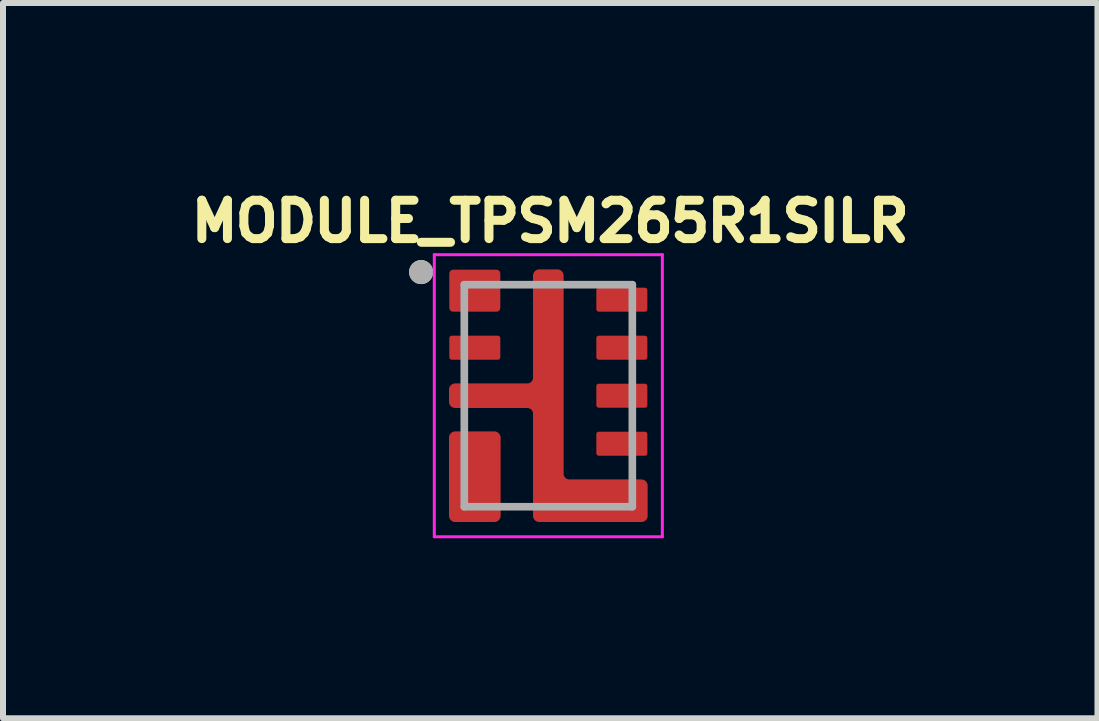
<source format=kicad_pcb>
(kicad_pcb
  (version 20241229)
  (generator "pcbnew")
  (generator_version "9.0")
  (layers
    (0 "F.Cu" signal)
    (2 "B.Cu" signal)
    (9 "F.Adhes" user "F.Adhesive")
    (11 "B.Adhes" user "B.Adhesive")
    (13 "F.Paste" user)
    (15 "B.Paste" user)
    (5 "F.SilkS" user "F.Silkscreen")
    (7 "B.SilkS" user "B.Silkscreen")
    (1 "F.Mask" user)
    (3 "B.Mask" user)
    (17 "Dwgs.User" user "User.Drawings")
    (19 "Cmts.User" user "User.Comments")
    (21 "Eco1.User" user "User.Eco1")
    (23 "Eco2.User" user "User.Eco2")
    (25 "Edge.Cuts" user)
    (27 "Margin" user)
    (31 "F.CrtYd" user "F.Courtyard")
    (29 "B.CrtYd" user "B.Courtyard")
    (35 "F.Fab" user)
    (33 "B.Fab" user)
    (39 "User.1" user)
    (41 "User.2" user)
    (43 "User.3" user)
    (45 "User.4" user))
  (footprint "MODULE_TPSM265R1SILR"
    (layer "F.Cu")
    (at 6.087 3.544)
    (property "Reference" "MODULE_TPSM265R1SILR" (at 0.032 -2.906 180) (layer "F.SilkS") (effects (font (size 0.64 0.64) (thickness 0.15))))
    (attr smd)
    (fp_poly (pts (xy -0.85 -1.5) (xy -0.85 -1.7) (xy -0.85 -1.703) (xy -0.85 -1.705) (xy -0.851 -1.708) (xy -0.851 -1.71) (xy -0.852 -1.713) (xy -0.852 -1.715) (xy -0.853 -1.718) (xy -0.854 -1.72) (xy -0.855 -1.723) (xy -0.857 -1.725) (xy -0.858 -1.727) (xy -0.86 -1.729) (xy -0.861 -1.731) (xy -0.863 -1.733) (xy -0.865 -1.735) (xy -0.867 -1.737) (xy -0.869 -1.739) (xy -0.871 -1.74) (xy -0.873 -1.742) (xy -0.875 -1.743) (xy -0.877 -1.745) (xy -0.88 -1.746) (xy -0.882 -1.747) (xy -0.885 -1.748) (xy -0.887 -1.748) (xy -0.89 -1.749) (xy -0.892 -1.749) (xy -0.895 -1.75) (xy -0.897 -1.75) (xy -0.9 -1.75) (xy -1.55 -1.75) (xy -1.553 -1.75) (xy -1.555 -1.75) (xy -1.558 -1.749) (xy -1.56 -1.749) (xy -1.563 -1.748) (xy -1.565 -1.748) (xy -1.568 -1.747) (xy -1.57 -1.746) (xy -1.573 -1.745) (xy -1.575 -1.743) (xy -1.577 -1.742) (xy -1.579 -1.74) (xy -1.581 -1.739) (xy -1.583 -1.737) (xy -1.585 -1.735) (xy -1.587 -1.733) (xy -1.589 -1.731) (xy -1.59 -1.729) (xy -1.592 -1.727) (xy -1.593 -1.725) (xy -1.595 -1.723) (xy -1.596 -1.72) (xy -1.597 -1.718) (xy -1.598 -1.715) (xy -1.598 -1.713) (xy -1.599 -1.71) (xy -1.599 -1.708) (xy -1.6 -1.705) (xy -1.6 -1.703) (xy -1.6 -1.7) (xy -1.6 -1.5) (xy -1.6 -1.497) (xy -1.6 -1.495) (xy -1.599 -1.492) (xy -1.599 -1.49) (xy -1.598 -1.487) (xy -1.598 -1.485) (xy -1.597 -1.482) (xy -1.596 -1.48) (xy -1.595 -1.477) (xy -1.593 -1.475) (xy -1.592 -1.473) (xy -1.59 -1.471) (xy -1.589 -1.469) (xy -1.587 -1.467) (xy -1.585 -1.465) (xy -1.583 -1.463) (xy -1.581 -1.461) (xy -1.579 -1.46) (xy -1.577 -1.458) (xy -1.575 -1.457) (xy -1.573 -1.455) (xy -1.57 -1.454) (xy -1.568 -1.453) (xy -1.565 -1.452) (xy -1.563 -1.452) (xy -1.56 -1.451) (xy -1.558 -1.451) (xy -1.555 -1.45) (xy -1.553 -1.45) (xy -1.55 -1.45) (xy -0.9 -1.45) (xy -0.897 -1.45) (xy -0.895 -1.45) (xy -0.892 -1.451) (xy -0.89 -1.451) (xy -0.887 -1.452) (xy -0.885 -1.452) (xy -0.882 -1.453) (xy -0.88 -1.454) (xy -0.877 -1.455) (xy -0.875 -1.457) (xy -0.873 -1.458) (xy -0.871 -1.46) (xy -0.869 -1.461) (xy -0.867 -1.463) (xy -0.865 -1.465) (xy -0.863 -1.467) (xy -0.861 -1.469) (xy -0.86 -1.471) (xy -0.858 -1.473) (xy -0.857 -1.475) (xy -0.855 -1.477) (xy -0.854 -1.48) (xy -0.853 -1.482) (xy -0.852 -1.485) (xy -0.852 -1.487) (xy -0.851 -1.49) (xy -0.851 -1.492) (xy -0.85 -1.495) (xy -0.85 -1.497) (xy -0.85 -1.5)) (stroke (width 0.01) (type solid)) (fill yes) (layer "F.Mask"))
    (fp_poly (pts (xy -0.85 -0.7) (xy -0.85 -0.9) (xy -0.85 -0.903) (xy -0.85 -0.905) (xy -0.851 -0.908) (xy -0.851 -0.91) (xy -0.852 -0.913) (xy -0.852 -0.915) (xy -0.853 -0.918) (xy -0.854 -0.92) (xy -0.855 -0.923) (xy -0.857 -0.925) (xy -0.858 -0.927) (xy -0.86 -0.929) (xy -0.861 -0.931) (xy -0.863 -0.933) (xy -0.865 -0.935) (xy -0.867 -0.937) (xy -0.869 -0.939) (xy -0.871 -0.94) (xy -0.873 -0.942) (xy -0.875 -0.943) (xy -0.877 -0.945) (xy -0.88 -0.946) (xy -0.882 -0.947) (xy -0.885 -0.948) (xy -0.887 -0.948) (xy -0.89 -0.949) (xy -0.892 -0.949) (xy -0.895 -0.95) (xy -0.897 -0.95) (xy -0.9 -0.95) (xy -1.55 -0.95) (xy -1.553 -0.95) (xy -1.555 -0.95) (xy -1.558 -0.949) (xy -1.56 -0.949) (xy -1.563 -0.948) (xy -1.565 -0.948) (xy -1.568 -0.947) (xy -1.57 -0.946) (xy -1.573 -0.945) (xy -1.575 -0.943) (xy -1.577 -0.942) (xy -1.579 -0.94) (xy -1.581 -0.939) (xy -1.583 -0.937) (xy -1.585 -0.935) (xy -1.587 -0.933) (xy -1.589 -0.931) (xy -1.59 -0.929) (xy -1.592 -0.927) (xy -1.593 -0.925) (xy -1.595 -0.923) (xy -1.596 -0.92) (xy -1.597 -0.918) (xy -1.598 -0.915) (xy -1.598 -0.913) (xy -1.599 -0.91) (xy -1.599 -0.908) (xy -1.6 -0.905) (xy -1.6 -0.903) (xy -1.6 -0.9) (xy -1.6 -0.7) (xy -1.6 -0.697) (xy -1.6 -0.695) (xy -1.599 -0.692) (xy -1.599 -0.69) (xy -1.598 -0.687) (xy -1.598 -0.685) (xy -1.597 -0.682) (xy -1.596 -0.68) (xy -1.595 -0.677) (xy -1.593 -0.675) (xy -1.592 -0.673) (xy -1.59 -0.671) (xy -1.589 -0.669) (xy -1.587 -0.667) (xy -1.585 -0.665) (xy -1.583 -0.663) (xy -1.581 -0.661) (xy -1.579 -0.66) (xy -1.577 -0.658) (xy -1.575 -0.657) (xy -1.573 -0.655) (xy -1.57 -0.654) (xy -1.568 -0.653) (xy -1.565 -0.652) (xy -1.563 -0.652) (xy -1.56 -0.651) (xy -1.558 -0.651) (xy -1.555 -0.65) (xy -1.553 -0.65) (xy -1.55 -0.65) (xy -0.9 -0.65) (xy -0.897 -0.65) (xy -0.895 -0.65) (xy -0.892 -0.651) (xy -0.89 -0.651) (xy -0.887 -0.652) (xy -0.885 -0.652) (xy -0.882 -0.653) (xy -0.88 -0.654) (xy -0.877 -0.655) (xy -0.875 -0.657) (xy -0.873 -0.658) (xy -0.871 -0.66) (xy -0.869 -0.661) (xy -0.867 -0.663) (xy -0.865 -0.665) (xy -0.863 -0.667) (xy -0.861 -0.669) (xy -0.86 -0.671) (xy -0.858 -0.673) (xy -0.857 -0.675) (xy -0.855 -0.677) (xy -0.854 -0.68) (xy -0.853 -0.682) (xy -0.852 -0.685) (xy -0.852 -0.687) (xy -0.851 -0.69) (xy -0.851 -0.692) (xy -0.85 -0.695) (xy -0.85 -0.697) (xy -0.85 -0.7)) (stroke (width 0.01) (type solid)) (fill yes) (layer "F.Mask"))
    (fp_poly (pts (xy -0.85 0.1) (xy -0.85 -0.1) (xy -0.85 -0.103) (xy -0.85 -0.105) (xy -0.851 -0.108) (xy -0.851 -0.11) (xy -0.852 -0.113) (xy -0.852 -0.115) (xy -0.853 -0.118) (xy -0.854 -0.12) (xy -0.855 -0.123) (xy -0.857 -0.125) (xy -0.858 -0.127) (xy -0.86 -0.129) (xy -0.861 -0.131) (xy -0.863 -0.133) (xy -0.865 -0.135) (xy -0.867 -0.137) (xy -0.869 -0.139) (xy -0.871 -0.14) (xy -0.873 -0.142) (xy -0.875 -0.143) (xy -0.877 -0.145) (xy -0.88 -0.146) (xy -0.882 -0.147) (xy -0.885 -0.148) (xy -0.887 -0.148) (xy -0.89 -0.149) (xy -0.892 -0.149) (xy -0.895 -0.15) (xy -0.897 -0.15) (xy -0.9 -0.15) (xy -1.55 -0.15) (xy -1.553 -0.15) (xy -1.555 -0.15) (xy -1.558 -0.149) (xy -1.56 -0.149) (xy -1.563 -0.148) (xy -1.565 -0.148) (xy -1.568 -0.147) (xy -1.57 -0.146) (xy -1.573 -0.145) (xy -1.575 -0.143) (xy -1.577 -0.142) (xy -1.579 -0.14) (xy -1.581 -0.139) (xy -1.583 -0.137) (xy -1.585 -0.135) (xy -1.587 -0.133) (xy -1.589 -0.131) (xy -1.59 -0.129) (xy -1.592 -0.127) (xy -1.593 -0.125) (xy -1.595 -0.123) (xy -1.596 -0.12) (xy -1.597 -0.118) (xy -1.598 -0.115) (xy -1.598 -0.113) (xy -1.599 -0.11) (xy -1.599 -0.108) (xy -1.6 -0.105) (xy -1.6 -0.103) (xy -1.6 -0.1) (xy -1.6 0.1) (xy -1.6 0.103) (xy -1.6 0.105) (xy -1.599 0.108) (xy -1.599 0.11) (xy -1.598 0.113) (xy -1.598 0.115) (xy -1.597 0.118) (xy -1.596 0.12) (xy -1.595 0.123) (xy -1.593 0.125) (xy -1.592 0.127) (xy -1.59 0.129) (xy -1.589 0.131) (xy -1.587 0.133) (xy -1.585 0.135) (xy -1.583 0.137) (xy -1.581 0.139) (xy -1.579 0.14) (xy -1.577 0.142) (xy -1.575 0.143) (xy -1.573 0.145) (xy -1.57 0.146) (xy -1.568 0.147) (xy -1.565 0.148) (xy -1.563 0.148) (xy -1.56 0.149) (xy -1.558 0.149) (xy -1.555 0.15) (xy -1.553 0.15) (xy -1.55 0.15) (xy -0.9 0.15) (xy -0.897 0.15) (xy -0.895 0.15) (xy -0.892 0.149) (xy -0.89 0.149) (xy -0.887 0.148) (xy -0.885 0.148) (xy -0.882 0.147) (xy -0.88 0.146) (xy -0.877 0.145) (xy -0.875 0.143) (xy -0.873 0.142) (xy -0.871 0.14) (xy -0.869 0.139) (xy -0.867 0.137) (xy -0.865 0.135) (xy -0.863 0.133) (xy -0.861 0.131) (xy -0.86 0.129) (xy -0.858 0.127) (xy -0.857 0.125) (xy -0.855 0.123) (xy -0.854 0.12) (xy -0.853 0.118) (xy -0.852 0.115) (xy -0.852 0.113) (xy -0.851 0.11) (xy -0.851 0.108) (xy -0.85 0.105) (xy -0.85 0.103) (xy -0.85 0.1)) (stroke (width 0.01) (type solid)) (fill yes) (layer "F.Mask"))
    (fp_poly (pts (xy -0.85 0.9) (xy -0.85 0.7) (xy -0.85 0.697) (xy -0.85 0.695) (xy -0.851 0.692) (xy -0.851 0.69) (xy -0.852 0.687) (xy -0.852 0.685) (xy -0.853 0.682) (xy -0.854 0.68) (xy -0.855 0.677) (xy -0.857 0.675) (xy -0.858 0.673) (xy -0.86 0.671) (xy -0.861 0.669) (xy -0.863 0.667) (xy -0.865 0.665) (xy -0.867 0.663) (xy -0.869 0.661) (xy -0.871 0.66) (xy -0.873 0.658) (xy -0.875 0.657) (xy -0.877 0.655) (xy -0.88 0.654) (xy -0.882 0.653) (xy -0.885 0.652) (xy -0.887 0.652) (xy -0.89 0.651) (xy -0.892 0.651) (xy -0.895 0.65) (xy -0.897 0.65) (xy -0.9 0.65) (xy -1.55 0.65) (xy -1.553 0.65) (xy -1.555 0.65) (xy -1.558 0.651) (xy -1.56 0.651) (xy -1.563 0.652) (xy -1.565 0.652) (xy -1.568 0.653) (xy -1.57 0.654) (xy -1.573 0.655) (xy -1.575 0.657) (xy -1.577 0.658) (xy -1.579 0.66) (xy -1.581 0.661) (xy -1.583 0.663) (xy -1.585 0.665) (xy -1.587 0.667) (xy -1.589 0.669) (xy -1.59 0.671) (xy -1.592 0.673) (xy -1.593 0.675) (xy -1.595 0.677) (xy -1.596 0.68) (xy -1.597 0.682) (xy -1.598 0.685) (xy -1.598 0.687) (xy -1.599 0.69) (xy -1.599 0.692) (xy -1.6 0.695) (xy -1.6 0.697) (xy -1.6 0.7) (xy -1.6 0.9) (xy -1.6 0.903) (xy -1.6 0.905) (xy -1.599 0.908) (xy -1.599 0.91) (xy -1.598 0.913) (xy -1.598 0.915) (xy -1.597 0.918) (xy -1.596 0.92) (xy -1.595 0.923) (xy -1.593 0.925) (xy -1.592 0.927) (xy -1.59 0.929) (xy -1.589 0.931) (xy -1.587 0.933) (xy -1.585 0.935) (xy -1.583 0.937) (xy -1.581 0.939) (xy -1.579 0.94) (xy -1.577 0.942) (xy -1.575 0.943) (xy -1.573 0.945) (xy -1.57 0.946) (xy -1.568 0.947) (xy -1.565 0.948) (xy -1.563 0.948) (xy -1.56 0.949) (xy -1.558 0.949) (xy -1.555 0.95) (xy -1.553 0.95) (xy -1.55 0.95) (xy -0.9 0.95) (xy -0.897 0.95) (xy -0.895 0.95) (xy -0.892 0.949) (xy -0.89 0.949) (xy -0.887 0.948) (xy -0.885 0.948) (xy -0.882 0.947) (xy -0.88 0.946) (xy -0.877 0.945) (xy -0.875 0.943) (xy -0.873 0.942) (xy -0.871 0.94) (xy -0.869 0.939) (xy -0.867 0.937) (xy -0.865 0.935) (xy -0.863 0.933) (xy -0.861 0.931) (xy -0.86 0.929) (xy -0.858 0.927) (xy -0.857 0.925) (xy -0.855 0.923) (xy -0.854 0.92) (xy -0.853 0.918) (xy -0.852 0.915) (xy -0.852 0.913) (xy -0.851 0.91) (xy -0.851 0.908) (xy -0.85 0.905) (xy -0.85 0.903) (xy -0.85 0.9)) (stroke (width 0.01) (type solid)) (fill yes) (layer "F.Mask"))
    (fp_poly (pts (xy -0.85 1.7) (xy -0.85 1.5) (xy -0.85 1.497) (xy -0.85 1.495) (xy -0.851 1.492) (xy -0.851 1.49) (xy -0.852 1.487) (xy -0.852 1.485) (xy -0.853 1.482) (xy -0.854 1.48) (xy -0.855 1.477) (xy -0.857 1.475) (xy -0.858 1.473) (xy -0.86 1.471) (xy -0.861 1.469) (xy -0.863 1.467) (xy -0.865 1.465) (xy -0.867 1.463) (xy -0.869 1.461) (xy -0.871 1.46) (xy -0.873 1.458) (xy -0.875 1.457) (xy -0.877 1.455) (xy -0.88 1.454) (xy -0.882 1.453) (xy -0.885 1.452) (xy -0.887 1.452) (xy -0.89 1.451) (xy -0.892 1.451) (xy -0.895 1.45) (xy -0.897 1.45) (xy -0.9 1.45) (xy -1.55 1.45) (xy -1.553 1.45) (xy -1.555 1.45) (xy -1.558 1.451) (xy -1.56 1.451) (xy -1.563 1.452) (xy -1.565 1.452) (xy -1.568 1.453) (xy -1.57 1.454) (xy -1.573 1.455) (xy -1.575 1.457) (xy -1.577 1.458) (xy -1.579 1.46) (xy -1.581 1.461) (xy -1.583 1.463) (xy -1.585 1.465) (xy -1.587 1.467) (xy -1.589 1.469) (xy -1.59 1.471) (xy -1.592 1.473) (xy -1.593 1.475) (xy -1.595 1.477) (xy -1.596 1.48) (xy -1.597 1.482) (xy -1.598 1.485) (xy -1.598 1.487) (xy -1.599 1.49) (xy -1.599 1.492) (xy -1.6 1.495) (xy -1.6 1.497) (xy -1.6 1.5) (xy -1.6 1.7) (xy -1.6 1.703) (xy -1.6 1.705) (xy -1.599 1.708) (xy -1.599 1.71) (xy -1.598 1.713) (xy -1.598 1.715) (xy -1.597 1.718) (xy -1.596 1.72) (xy -1.595 1.723) (xy -1.593 1.725) (xy -1.592 1.727) (xy -1.59 1.729) (xy -1.589 1.731) (xy -1.587 1.733) (xy -1.585 1.735) (xy -1.583 1.737) (xy -1.581 1.739) (xy -1.579 1.74) (xy -1.577 1.742) (xy -1.575 1.743) (xy -1.573 1.745) (xy -1.57 1.746) (xy -1.568 1.747) (xy -1.565 1.748) (xy -1.563 1.748) (xy -1.56 1.749) (xy -1.558 1.749) (xy -1.555 1.75) (xy -1.553 1.75) (xy -1.55 1.75) (xy -0.9 1.75) (xy -0.897 1.75) (xy -0.895 1.75) (xy -0.892 1.749) (xy -0.89 1.749) (xy -0.887 1.748) (xy -0.885 1.748) (xy -0.882 1.747) (xy -0.88 1.746) (xy -0.877 1.745) (xy -0.875 1.743) (xy -0.873 1.742) (xy -0.871 1.74) (xy -0.869 1.739) (xy -0.867 1.737) (xy -0.865 1.735) (xy -0.863 1.733) (xy -0.861 1.731) (xy -0.86 1.729) (xy -0.858 1.727) (xy -0.857 1.725) (xy -0.855 1.723) (xy -0.854 1.72) (xy -0.853 1.718) (xy -0.852 1.715) (xy -0.852 1.713) (xy -0.851 1.71) (xy -0.851 1.708) (xy -0.85 1.705) (xy -0.85 1.703) (xy -0.85 1.7)) (stroke (width 0.01) (type solid)) (fill yes) (layer "F.Mask"))
    (fp_poly (pts (xy 0.15 -2.05) (xy -0.15 -2.05) (xy -0.153 -2.05) (xy -0.155 -2.05) (xy -0.158 -2.049) (xy -0.16 -2.049) (xy -0.163 -2.048) (xy -0.165 -2.048) (xy -0.168 -2.047) (xy -0.17 -2.046) (xy -0.173 -2.045) (xy -0.175 -2.043) (xy -0.177 -2.042) (xy -0.179 -2.04) (xy -0.181 -2.039) (xy -0.183 -2.037) (xy -0.185 -2.035) (xy -0.187 -2.033) (xy -0.189 -2.031) (xy -0.19 -2.029) (xy -0.192 -2.027) (xy -0.193 -2.025) (xy -0.195 -2.023) (xy -0.196 -2.02) (xy -0.197 -2.018) (xy -0.198 -2.015) (xy -0.198 -2.013) (xy -0.199 -2.01) (xy -0.199 -2.008) (xy -0.2 -2.005) (xy -0.2 -2.003) (xy -0.2 -2) (xy -0.2 2) (xy -0.2 2.003) (xy -0.2 2.005) (xy -0.199 2.008) (xy -0.199 2.01) (xy -0.198 2.013) (xy -0.198 2.015) (xy -0.197 2.018) (xy -0.196 2.02) (xy -0.195 2.023) (xy -0.193 2.025) (xy -0.192 2.027) (xy -0.19 2.029) (xy -0.189 2.031) (xy -0.187 2.033) (xy -0.185 2.035) (xy -0.183 2.037) (xy -0.181 2.039) (xy -0.179 2.04) (xy -0.177 2.042) (xy -0.175 2.043) (xy -0.173 2.045) (xy -0.17 2.046) (xy -0.168 2.047) (xy -0.165 2.048) (xy -0.163 2.048) (xy -0.16 2.049) (xy -0.158 2.049) (xy -0.155 2.05) (xy -0.153 2.05) (xy -0.15 2.05) (xy 0.15 2.05) (xy 0.153 2.05) (xy 0.155 2.05) (xy 0.158 2.049) (xy 0.16 2.049) (xy 0.163 2.048) (xy 0.165 2.048) (xy 0.168 2.047) (xy 0.17 2.046) (xy 0.173 2.045) (xy 0.175 2.043) (xy 0.177 2.042) (xy 0.179 2.04) (xy 0.181 2.039) (xy 0.183 2.037) (xy 0.185 2.035) (xy 0.187 2.033) (xy 0.189 2.031) (xy 0.19 2.029) (xy 0.192 2.027) (xy 0.193 2.025) (xy 0.195 2.023) (xy 0.196 2.02) (xy 0.197 2.018) (xy 0.198 2.015) (xy 0.198 2.013) (xy 0.199 2.01) (xy 0.199 2.008) (xy 0.2 2.005) (xy 0.2 2.003) (xy 0.2 2) (xy 0.2 -2) (xy 0.2 -2.003) (xy 0.2 -2.005) (xy 0.199 -2.008) (xy 0.199 -2.01) (xy 0.198 -2.013) (xy 0.198 -2.015) (xy 0.197 -2.018) (xy 0.196 -2.02) (xy 0.195 -2.023) (xy 0.193 -2.025) (xy 0.192 -2.027) (xy 0.19 -2.029) (xy 0.189 -2.031) (xy 0.187 -2.033) (xy 0.185 -2.035) (xy 0.183 -2.037) (xy 0.181 -2.039) (xy 0.179 -2.04) (xy 0.177 -2.042) (xy 0.175 -2.043) (xy 0.173 -2.045) (xy 0.17 -2.046) (xy 0.168 -2.047) (xy 0.165 -2.048) (xy 0.163 -2.048) (xy 0.16 -2.049) (xy 0.158 -2.049) (xy 0.155 -2.05) (xy 0.153 -2.05) (xy 0.15 -2.05)) (stroke (width 0.01) (type solid)) (fill yes) (layer "F.Mask"))
    (fp_poly (pts (xy 0.85 -1.7) (xy 0.85 -1.5) (xy 0.85 -1.497) (xy 0.85 -1.495) (xy 0.851 -1.492) (xy 0.851 -1.49) (xy 0.852 -1.487) (xy 0.852 -1.485) (xy 0.853 -1.482) (xy 0.854 -1.48) (xy 0.855 -1.477) (xy 0.857 -1.475) (xy 0.858 -1.473) (xy 0.86 -1.471) (xy 0.861 -1.469) (xy 0.863 -1.467) (xy 0.865 -1.465) (xy 0.867 -1.463) (xy 0.869 -1.461) (xy 0.871 -1.46) (xy 0.873 -1.458) (xy 0.875 -1.457) (xy 0.877 -1.455) (xy 0.88 -1.454) (xy 0.882 -1.453) (xy 0.885 -1.452) (xy 0.887 -1.452) (xy 0.89 -1.451) (xy 0.892 -1.451) (xy 0.895 -1.45) (xy 0.897 -1.45) (xy 0.9 -1.45) (xy 1.55 -1.45) (xy 1.553 -1.45) (xy 1.555 -1.45) (xy 1.558 -1.451) (xy 1.56 -1.451) (xy 1.563 -1.452) (xy 1.565 -1.452) (xy 1.568 -1.453) (xy 1.57 -1.454) (xy 1.573 -1.455) (xy 1.575 -1.457) (xy 1.577 -1.458) (xy 1.579 -1.46) (xy 1.581 -1.461) (xy 1.583 -1.463) (xy 1.585 -1.465) (xy 1.587 -1.467) (xy 1.589 -1.469) (xy 1.59 -1.471) (xy 1.592 -1.473) (xy 1.593 -1.475) (xy 1.595 -1.477) (xy 1.596 -1.48) (xy 1.597 -1.482) (xy 1.598 -1.485) (xy 1.598 -1.487) (xy 1.599 -1.49) (xy 1.599 -1.492) (xy 1.6 -1.495) (xy 1.6 -1.497) (xy 1.6 -1.5) (xy 1.6 -1.7) (xy 1.6 -1.703) (xy 1.6 -1.705) (xy 1.599 -1.708) (xy 1.599 -1.71) (xy 1.598 -1.713) (xy 1.598 -1.715) (xy 1.597 -1.718) (xy 1.596 -1.72) (xy 1.595 -1.723) (xy 1.593 -1.725) (xy 1.592 -1.727) (xy 1.59 -1.729) (xy 1.589 -1.731) (xy 1.587 -1.733) (xy 1.585 -1.735) (xy 1.583 -1.737) (xy 1.581 -1.739) (xy 1.579 -1.74) (xy 1.577 -1.742) (xy 1.575 -1.743) (xy 1.573 -1.745) (xy 1.57 -1.746) (xy 1.568 -1.747) (xy 1.565 -1.748) (xy 1.563 -1.748) (xy 1.56 -1.749) (xy 1.558 -1.749) (xy 1.555 -1.75) (xy 1.553 -1.75) (xy 1.55 -1.75) (xy 0.9 -1.75) (xy 0.897 -1.75) (xy 0.895 -1.75) (xy 0.892 -1.749) (xy 0.89 -1.749) (xy 0.887 -1.748) (xy 0.885 -1.748) (xy 0.882 -1.747) (xy 0.88 -1.746) (xy 0.877 -1.745) (xy 0.875 -1.743) (xy 0.873 -1.742) (xy 0.871 -1.74) (xy 0.869 -1.739) (xy 0.867 -1.737) (xy 0.865 -1.735) (xy 0.863 -1.733) (xy 0.861 -1.731) (xy 0.86 -1.729) (xy 0.858 -1.727) (xy 0.857 -1.725) (xy 0.855 -1.723) (xy 0.854 -1.72) (xy 0.853 -1.718) (xy 0.852 -1.715) (xy 0.852 -1.713) (xy 0.851 -1.71) (xy 0.851 -1.708) (xy 0.85 -1.705) (xy 0.85 -1.703) (xy 0.85 -1.7)) (stroke (width 0.01) (type solid)) (fill yes) (layer "F.Mask"))
    (fp_poly (pts (xy 0.85 -0.9) (xy 0.85 -0.7) (xy 0.85 -0.697) (xy 0.85 -0.695) (xy 0.851 -0.692) (xy 0.851 -0.69) (xy 0.852 -0.687) (xy 0.852 -0.685) (xy 0.853 -0.682) (xy 0.854 -0.68) (xy 0.855 -0.677) (xy 0.857 -0.675) (xy 0.858 -0.673) (xy 0.86 -0.671) (xy 0.861 -0.669) (xy 0.863 -0.667) (xy 0.865 -0.665) (xy 0.867 -0.663) (xy 0.869 -0.661) (xy 0.871 -0.66) (xy 0.873 -0.658) (xy 0.875 -0.657) (xy 0.877 -0.655) (xy 0.88 -0.654) (xy 0.882 -0.653) (xy 0.885 -0.652) (xy 0.887 -0.652) (xy 0.89 -0.651) (xy 0.892 -0.651) (xy 0.895 -0.65) (xy 0.897 -0.65) (xy 0.9 -0.65) (xy 1.55 -0.65) (xy 1.553 -0.65) (xy 1.555 -0.65) (xy 1.558 -0.651) (xy 1.56 -0.651) (xy 1.563 -0.652) (xy 1.565 -0.652) (xy 1.568 -0.653) (xy 1.57 -0.654) (xy 1.573 -0.655) (xy 1.575 -0.657) (xy 1.577 -0.658) (xy 1.579 -0.66) (xy 1.581 -0.661) (xy 1.583 -0.663) (xy 1.585 -0.665) (xy 1.587 -0.667) (xy 1.589 -0.669) (xy 1.59 -0.671) (xy 1.592 -0.673) (xy 1.593 -0.675) (xy 1.595 -0.677) (xy 1.596 -0.68) (xy 1.597 -0.682) (xy 1.598 -0.685) (xy 1.598 -0.687) (xy 1.599 -0.69) (xy 1.599 -0.692) (xy 1.6 -0.695) (xy 1.6 -0.697) (xy 1.6 -0.7) (xy 1.6 -0.9) (xy 1.6 -0.903) (xy 1.6 -0.905) (xy 1.599 -0.908) (xy 1.599 -0.91) (xy 1.598 -0.913) (xy 1.598 -0.915) (xy 1.597 -0.918) (xy 1.596 -0.92) (xy 1.595 -0.923) (xy 1.593 -0.925) (xy 1.592 -0.927) (xy 1.59 -0.929) (xy 1.589 -0.931) (xy 1.587 -0.933) (xy 1.585 -0.935) (xy 1.583 -0.937) (xy 1.581 -0.939) (xy 1.579 -0.94) (xy 1.577 -0.942) (xy 1.575 -0.943) (xy 1.573 -0.945) (xy 1.57 -0.946) (xy 1.568 -0.947) (xy 1.565 -0.948) (xy 1.563 -0.948) (xy 1.56 -0.949) (xy 1.558 -0.949) (xy 1.555 -0.95) (xy 1.553 -0.95) (xy 1.55 -0.95) (xy 0.9 -0.95) (xy 0.897 -0.95) (xy 0.895 -0.95) (xy 0.892 -0.949) (xy 0.89 -0.949) (xy 0.887 -0.948) (xy 0.885 -0.948) (xy 0.882 -0.947) (xy 0.88 -0.946) (xy 0.877 -0.945) (xy 0.875 -0.943) (xy 0.873 -0.942) (xy 0.871 -0.94) (xy 0.869 -0.939) (xy 0.867 -0.937) (xy 0.865 -0.935) (xy 0.863 -0.933) (xy 0.861 -0.931) (xy 0.86 -0.929) (xy 0.858 -0.927) (xy 0.857 -0.925) (xy 0.855 -0.923) (xy 0.854 -0.92) (xy 0.853 -0.918) (xy 0.852 -0.915) (xy 0.852 -0.913) (xy 0.851 -0.91) (xy 0.851 -0.908) (xy 0.85 -0.905) (xy 0.85 -0.903) (xy 0.85 -0.9)) (stroke (width 0.01) (type solid)) (fill yes) (layer "F.Mask"))
    (fp_poly (pts (xy 0.85 -0.1) (xy 0.85 0.1) (xy 0.85 0.103) (xy 0.85 0.105) (xy 0.851 0.108) (xy 0.851 0.11) (xy 0.852 0.113) (xy 0.852 0.115) (xy 0.853 0.118) (xy 0.854 0.12) (xy 0.855 0.123) (xy 0.857 0.125) (xy 0.858 0.127) (xy 0.86 0.129) (xy 0.861 0.131) (xy 0.863 0.133) (xy 0.865 0.135) (xy 0.867 0.137) (xy 0.869 0.139) (xy 0.871 0.14) (xy 0.873 0.142) (xy 0.875 0.143) (xy 0.877 0.145) (xy 0.88 0.146) (xy 0.882 0.147) (xy 0.885 0.148) (xy 0.887 0.148) (xy 0.89 0.149) (xy 0.892 0.149) (xy 0.895 0.15) (xy 0.897 0.15) (xy 0.9 0.15) (xy 1.55 0.15) (xy 1.553 0.15) (xy 1.555 0.15) (xy 1.558 0.149) (xy 1.56 0.149) (xy 1.563 0.148) (xy 1.565 0.148) (xy 1.568 0.147) (xy 1.57 0.146) (xy 1.573 0.145) (xy 1.575 0.143) (xy 1.577 0.142) (xy 1.579 0.14) (xy 1.581 0.139) (xy 1.583 0.137) (xy 1.585 0.135) (xy 1.587 0.133) (xy 1.589 0.131) (xy 1.59 0.129) (xy 1.592 0.127) (xy 1.593 0.125) (xy 1.595 0.123) (xy 1.596 0.12) (xy 1.597 0.118) (xy 1.598 0.115) (xy 1.598 0.113) (xy 1.599 0.11) (xy 1.599 0.108) (xy 1.6 0.105) (xy 1.6 0.103) (xy 1.6 0.1) (xy 1.6 -0.1) (xy 1.6 -0.103) (xy 1.6 -0.105) (xy 1.599 -0.108) (xy 1.599 -0.11) (xy 1.598 -0.113) (xy 1.598 -0.115) (xy 1.597 -0.118) (xy 1.596 -0.12) (xy 1.595 -0.123) (xy 1.593 -0.125) (xy 1.592 -0.127) (xy 1.59 -0.129) (xy 1.589 -0.131) (xy 1.587 -0.133) (xy 1.585 -0.135) (xy 1.583 -0.137) (xy 1.581 -0.139) (xy 1.579 -0.14) (xy 1.577 -0.142) (xy 1.575 -0.143) (xy 1.573 -0.145) (xy 1.57 -0.146) (xy 1.568 -0.147) (xy 1.565 -0.148) (xy 1.563 -0.148) (xy 1.56 -0.149) (xy 1.558 -0.149) (xy 1.555 -0.15) (xy 1.553 -0.15) (xy 1.55 -0.15) (xy 0.9 -0.15) (xy 0.897 -0.15) (xy 0.895 -0.15) (xy 0.892 -0.149) (xy 0.89 -0.149) (xy 0.887 -0.148) (xy 0.885 -0.148) (xy 0.882 -0.147) (xy 0.88 -0.146) (xy 0.877 -0.145) (xy 0.875 -0.143) (xy 0.873 -0.142) (xy 0.871 -0.14) (xy 0.869 -0.139) (xy 0.867 -0.137) (xy 0.865 -0.135) (xy 0.863 -0.133) (xy 0.861 -0.131) (xy 0.86 -0.129) (xy 0.858 -0.127) (xy 0.857 -0.125) (xy 0.855 -0.123) (xy 0.854 -0.12) (xy 0.853 -0.118) (xy 0.852 -0.115) (xy 0.852 -0.113) (xy 0.851 -0.11) (xy 0.851 -0.108) (xy 0.85 -0.105) (xy 0.85 -0.103) (xy 0.85 -0.1)) (stroke (width 0.01) (type solid)) (fill yes) (layer "F.Mask"))
    (fp_poly (pts (xy 0.85 0.7) (xy 0.85 0.9) (xy 0.85 0.903) (xy 0.85 0.905) (xy 0.851 0.908) (xy 0.851 0.91) (xy 0.852 0.913) (xy 0.852 0.915) (xy 0.853 0.918) (xy 0.854 0.92) (xy 0.855 0.923) (xy 0.857 0.925) (xy 0.858 0.927) (xy 0.86 0.929) (xy 0.861 0.931) (xy 0.863 0.933) (xy 0.865 0.935) (xy 0.867 0.937) (xy 0.869 0.939) (xy 0.871 0.94) (xy 0.873 0.942) (xy 0.875 0.943) (xy 0.877 0.945) (xy 0.88 0.946) (xy 0.882 0.947) (xy 0.885 0.948) (xy 0.887 0.948) (xy 0.89 0.949) (xy 0.892 0.949) (xy 0.895 0.95) (xy 0.897 0.95) (xy 0.9 0.95) (xy 1.55 0.95) (xy 1.553 0.95) (xy 1.555 0.95) (xy 1.558 0.949) (xy 1.56 0.949) (xy 1.563 0.948) (xy 1.565 0.948) (xy 1.568 0.947) (xy 1.57 0.946) (xy 1.573 0.945) (xy 1.575 0.943) (xy 1.577 0.942) (xy 1.579 0.94) (xy 1.581 0.939) (xy 1.583 0.937) (xy 1.585 0.935) (xy 1.587 0.933) (xy 1.589 0.931) (xy 1.59 0.929) (xy 1.592 0.927) (xy 1.593 0.925) (xy 1.595 0.923) (xy 1.596 0.92) (xy 1.597 0.918) (xy 1.598 0.915) (xy 1.598 0.913) (xy 1.599 0.91) (xy 1.599 0.908) (xy 1.6 0.905) (xy 1.6 0.903) (xy 1.6 0.9) (xy 1.6 0.7) (xy 1.6 0.697) (xy 1.6 0.695) (xy 1.599 0.692) (xy 1.599 0.69) (xy 1.598 0.687) (xy 1.598 0.685) (xy 1.597 0.682) (xy 1.596 0.68) (xy 1.595 0.677) (xy 1.593 0.675) (xy 1.592 0.673) (xy 1.59 0.671) (xy 1.589 0.669) (xy 1.587 0.667) (xy 1.585 0.665) (xy 1.583 0.663) (xy 1.581 0.661) (xy 1.579 0.66) (xy 1.577 0.658) (xy 1.575 0.657) (xy 1.573 0.655) (xy 1.57 0.654) (xy 1.568 0.653) (xy 1.565 0.652) (xy 1.563 0.652) (xy 1.56 0.651) (xy 1.558 0.651) (xy 1.555 0.65) (xy 1.553 0.65) (xy 1.55 0.65) (xy 0.9 0.65) (xy 0.897 0.65) (xy 0.895 0.65) (xy 0.892 0.651) (xy 0.89 0.651) (xy 0.887 0.652) (xy 0.885 0.652) (xy 0.882 0.653) (xy 0.88 0.654) (xy 0.877 0.655) (xy 0.875 0.657) (xy 0.873 0.658) (xy 0.871 0.66) (xy 0.869 0.661) (xy 0.867 0.663) (xy 0.865 0.665) (xy 0.863 0.667) (xy 0.861 0.669) (xy 0.86 0.671) (xy 0.858 0.673) (xy 0.857 0.675) (xy 0.855 0.677) (xy 0.854 0.68) (xy 0.853 0.682) (xy 0.852 0.685) (xy 0.852 0.687) (xy 0.851 0.69) (xy 0.851 0.692) (xy 0.85 0.695) (xy 0.85 0.697) (xy 0.85 0.7)) (stroke (width 0.01) (type solid)) (fill yes) (layer "F.Mask"))
    (fp_poly (pts (xy 0.85 1.5) (xy 0.85 1.7) (xy 0.85 1.703) (xy 0.85 1.705) (xy 0.851 1.708) (xy 0.851 1.71) (xy 0.852 1.713) (xy 0.852 1.715) (xy 0.853 1.718) (xy 0.854 1.72) (xy 0.855 1.723) (xy 0.857 1.725) (xy 0.858 1.727) (xy 0.86 1.729) (xy 0.861 1.731) (xy 0.863 1.733) (xy 0.865 1.735) (xy 0.867 1.737) (xy 0.869 1.739) (xy 0.871 1.74) (xy 0.873 1.742) (xy 0.875 1.743) (xy 0.877 1.745) (xy 0.88 1.746) (xy 0.882 1.747) (xy 0.885 1.748) (xy 0.887 1.748) (xy 0.89 1.749) (xy 0.892 1.749) (xy 0.895 1.75) (xy 0.897 1.75) (xy 0.9 1.75) (xy 1.55 1.75) (xy 1.553 1.75) (xy 1.555 1.75) (xy 1.558 1.749) (xy 1.56 1.749) (xy 1.563 1.748) (xy 1.565 1.748) (xy 1.568 1.747) (xy 1.57 1.746) (xy 1.573 1.745) (xy 1.575 1.743) (xy 1.577 1.742) (xy 1.579 1.74) (xy 1.581 1.739) (xy 1.583 1.737) (xy 1.585 1.735) (xy 1.587 1.733) (xy 1.589 1.731) (xy 1.59 1.729) (xy 1.592 1.727) (xy 1.593 1.725) (xy 1.595 1.723) (xy 1.596 1.72) (xy 1.597 1.718) (xy 1.598 1.715) (xy 1.598 1.713) (xy 1.599 1.71) (xy 1.599 1.708) (xy 1.6 1.705) (xy 1.6 1.703) (xy 1.6 1.7) (xy 1.6 1.5) (xy 1.6 1.497) (xy 1.6 1.495) (xy 1.599 1.492) (xy 1.599 1.49) (xy 1.598 1.487) (xy 1.598 1.485) (xy 1.597 1.482) (xy 1.596 1.48) (xy 1.595 1.477) (xy 1.593 1.475) (xy 1.592 1.473) (xy 1.59 1.471) (xy 1.589 1.469) (xy 1.587 1.467) (xy 1.585 1.465) (xy 1.583 1.463) (xy 1.581 1.461) (xy 1.579 1.46) (xy 1.577 1.458) (xy 1.575 1.457) (xy 1.573 1.455) (xy 1.57 1.454) (xy 1.568 1.453) (xy 1.565 1.452) (xy 1.563 1.452) (xy 1.56 1.451) (xy 1.558 1.451) (xy 1.555 1.45) (xy 1.553 1.45) (xy 1.55 1.45) (xy 0.9 1.45) (xy 0.897 1.45) (xy 0.895 1.45) (xy 0.892 1.451) (xy 0.89 1.451) (xy 0.887 1.452) (xy 0.885 1.452) (xy 0.882 1.453) (xy 0.88 1.454) (xy 0.877 1.455) (xy 0.875 1.457) (xy 0.873 1.458) (xy 0.871 1.46) (xy 0.869 1.461) (xy 0.867 1.463) (xy 0.865 1.465) (xy 0.863 1.467) (xy 0.861 1.469) (xy 0.86 1.471) (xy 0.858 1.473) (xy 0.857 1.475) (xy 0.855 1.477) (xy 0.854 1.48) (xy 0.853 1.482) (xy 0.852 1.485) (xy 0.852 1.487) (xy 0.851 1.49) (xy 0.851 1.492) (xy 0.85 1.495) (xy 0.85 1.497) (xy 0.85 1.5)) (stroke (width 0.01) (type solid)) (fill yes) (layer "F.Mask"))
    (fp_circle (center -2.12 -2.06) (end -2.02 -2.06) (stroke (width 0.2) (type solid)) (fill no) (layer "F.SilkS"))
    (fp_poly (pts (xy -0.85 -1.5) (xy -0.85 -1.7) (xy -0.85 -1.703) (xy -0.85 -1.705) (xy -0.851 -1.708) (xy -0.851 -1.71) (xy -0.852 -1.713) (xy -0.852 -1.715) (xy -0.853 -1.718) (xy -0.854 -1.72) (xy -0.855 -1.723) (xy -0.857 -1.725) (xy -0.858 -1.727) (xy -0.86 -1.729) (xy -0.861 -1.731) (xy -0.863 -1.733) (xy -0.865 -1.735) (xy -0.867 -1.737) (xy -0.869 -1.739) (xy -0.871 -1.74) (xy -0.873 -1.742) (xy -0.875 -1.743) (xy -0.877 -1.745) (xy -0.88 -1.746) (xy -0.882 -1.747) (xy -0.885 -1.748) (xy -0.887 -1.748) (xy -0.89 -1.749) (xy -0.892 -1.749) (xy -0.895 -1.75) (xy -0.897 -1.75) (xy -0.9 -1.75) (xy -1.55 -1.75) (xy -1.553 -1.75) (xy -1.555 -1.75) (xy -1.558 -1.749) (xy -1.56 -1.749) (xy -1.563 -1.748) (xy -1.565 -1.748) (xy -1.568 -1.747) (xy -1.57 -1.746) (xy -1.573 -1.745) (xy -1.575 -1.743) (xy -1.577 -1.742) (xy -1.579 -1.74) (xy -1.581 -1.739) (xy -1.583 -1.737) (xy -1.585 -1.735) (xy -1.587 -1.733) (xy -1.589 -1.731) (xy -1.59 -1.729) (xy -1.592 -1.727) (xy -1.593 -1.725) (xy -1.595 -1.723) (xy -1.596 -1.72) (xy -1.597 -1.718) (xy -1.598 -1.715) (xy -1.598 -1.713) (xy -1.599 -1.71) (xy -1.599 -1.708) (xy -1.6 -1.705) (xy -1.6 -1.703) (xy -1.6 -1.7) (xy -1.6 -1.5) (xy -1.6 -1.497) (xy -1.6 -1.495) (xy -1.599 -1.492) (xy -1.599 -1.49) (xy -1.598 -1.487) (xy -1.598 -1.485) (xy -1.597 -1.482) (xy -1.596 -1.48) (xy -1.595 -1.477) (xy -1.593 -1.475) (xy -1.592 -1.473) (xy -1.59 -1.471) (xy -1.589 -1.469) (xy -1.587 -1.467) (xy -1.585 -1.465) (xy -1.583 -1.463) (xy -1.581 -1.461) (xy -1.579 -1.46) (xy -1.577 -1.458) (xy -1.575 -1.457) (xy -1.573 -1.455) (xy -1.57 -1.454) (xy -1.568 -1.453) (xy -1.565 -1.452) (xy -1.563 -1.452) (xy -1.56 -1.451) (xy -1.558 -1.451) (xy -1.555 -1.45) (xy -1.553 -1.45) (xy -1.55 -1.45) (xy -0.9 -1.45) (xy -0.897 -1.45) (xy -0.895 -1.45) (xy -0.892 -1.451) (xy -0.89 -1.451) (xy -0.887 -1.452) (xy -0.885 -1.452) (xy -0.882 -1.453) (xy -0.88 -1.454) (xy -0.877 -1.455) (xy -0.875 -1.457) (xy -0.873 -1.458) (xy -0.871 -1.46) (xy -0.869 -1.461) (xy -0.867 -1.463) (xy -0.865 -1.465) (xy -0.863 -1.467) (xy -0.861 -1.469) (xy -0.86 -1.471) (xy -0.858 -1.473) (xy -0.857 -1.475) (xy -0.855 -1.477) (xy -0.854 -1.48) (xy -0.853 -1.482) (xy -0.852 -1.485) (xy -0.852 -1.487) (xy -0.851 -1.49) (xy -0.851 -1.492) (xy -0.85 -1.495) (xy -0.85 -1.497) (xy -0.85 -1.5)) (stroke (width 0.01) (type solid)) (fill yes) (layer "F.Paste"))
    (fp_poly (pts (xy -0.85 -0.7) (xy -0.85 -0.9) (xy -0.85 -0.903) (xy -0.85 -0.905) (xy -0.851 -0.908) (xy -0.851 -0.91) (xy -0.852 -0.913) (xy -0.852 -0.915) (xy -0.853 -0.918) (xy -0.854 -0.92) (xy -0.855 -0.923) (xy -0.857 -0.925) (xy -0.858 -0.927) (xy -0.86 -0.929) (xy -0.861 -0.931) (xy -0.863 -0.933) (xy -0.865 -0.935) (xy -0.867 -0.937) (xy -0.869 -0.939) (xy -0.871 -0.94) (xy -0.873 -0.942) (xy -0.875 -0.943) (xy -0.877 -0.945) (xy -0.88 -0.946) (xy -0.882 -0.947) (xy -0.885 -0.948) (xy -0.887 -0.948) (xy -0.89 -0.949) (xy -0.892 -0.949) (xy -0.895 -0.95) (xy -0.897 -0.95) (xy -0.9 -0.95) (xy -1.55 -0.95) (xy -1.553 -0.95) (xy -1.555 -0.95) (xy -1.558 -0.949) (xy -1.56 -0.949) (xy -1.563 -0.948) (xy -1.565 -0.948) (xy -1.568 -0.947) (xy -1.57 -0.946) (xy -1.573 -0.945) (xy -1.575 -0.943) (xy -1.577 -0.942) (xy -1.579 -0.94) (xy -1.581 -0.939) (xy -1.583 -0.937) (xy -1.585 -0.935) (xy -1.587 -0.933) (xy -1.589 -0.931) (xy -1.59 -0.929) (xy -1.592 -0.927) (xy -1.593 -0.925) (xy -1.595 -0.923) (xy -1.596 -0.92) (xy -1.597 -0.918) (xy -1.598 -0.915) (xy -1.598 -0.913) (xy -1.599 -0.91) (xy -1.599 -0.908) (xy -1.6 -0.905) (xy -1.6 -0.903) (xy -1.6 -0.9) (xy -1.6 -0.7) (xy -1.6 -0.697) (xy -1.6 -0.695) (xy -1.599 -0.692) (xy -1.599 -0.69) (xy -1.598 -0.687) (xy -1.598 -0.685) (xy -1.597 -0.682) (xy -1.596 -0.68) (xy -1.595 -0.677) (xy -1.593 -0.675) (xy -1.592 -0.673) (xy -1.59 -0.671) (xy -1.589 -0.669) (xy -1.587 -0.667) (xy -1.585 -0.665) (xy -1.583 -0.663) (xy -1.581 -0.661) (xy -1.579 -0.66) (xy -1.577 -0.658) (xy -1.575 -0.657) (xy -1.573 -0.655) (xy -1.57 -0.654) (xy -1.568 -0.653) (xy -1.565 -0.652) (xy -1.563 -0.652) (xy -1.56 -0.651) (xy -1.558 -0.651) (xy -1.555 -0.65) (xy -1.553 -0.65) (xy -1.55 -0.65) (xy -0.9 -0.65) (xy -0.897 -0.65) (xy -0.895 -0.65) (xy -0.892 -0.651) (xy -0.89 -0.651) (xy -0.887 -0.652) (xy -0.885 -0.652) (xy -0.882 -0.653) (xy -0.88 -0.654) (xy -0.877 -0.655) (xy -0.875 -0.657) (xy -0.873 -0.658) (xy -0.871 -0.66) (xy -0.869 -0.661) (xy -0.867 -0.663) (xy -0.865 -0.665) (xy -0.863 -0.667) (xy -0.861 -0.669) (xy -0.86 -0.671) (xy -0.858 -0.673) (xy -0.857 -0.675) (xy -0.855 -0.677) (xy -0.854 -0.68) (xy -0.853 -0.682) (xy -0.852 -0.685) (xy -0.852 -0.687) (xy -0.851 -0.69) (xy -0.851 -0.692) (xy -0.85 -0.695) (xy -0.85 -0.697) (xy -0.85 -0.7)) (stroke (width 0.01) (type solid)) (fill yes) (layer "F.Paste"))
    (fp_poly (pts (xy -0.85 0.1) (xy -0.85 -0.1) (xy -0.85 -0.103) (xy -0.85 -0.105) (xy -0.851 -0.108) (xy -0.851 -0.11) (xy -0.852 -0.113) (xy -0.852 -0.115) (xy -0.853 -0.118) (xy -0.854 -0.12) (xy -0.855 -0.123) (xy -0.857 -0.125) (xy -0.858 -0.127) (xy -0.86 -0.129) (xy -0.861 -0.131) (xy -0.863 -0.133) (xy -0.865 -0.135) (xy -0.867 -0.137) (xy -0.869 -0.139) (xy -0.871 -0.14) (xy -0.873 -0.142) (xy -0.875 -0.143) (xy -0.877 -0.145) (xy -0.88 -0.146) (xy -0.882 -0.147) (xy -0.885 -0.148) (xy -0.887 -0.148) (xy -0.89 -0.149) (xy -0.892 -0.149) (xy -0.895 -0.15) (xy -0.897 -0.15) (xy -0.9 -0.15) (xy -1.55 -0.15) (xy -1.553 -0.15) (xy -1.555 -0.15) (xy -1.558 -0.149) (xy -1.56 -0.149) (xy -1.563 -0.148) (xy -1.565 -0.148) (xy -1.568 -0.147) (xy -1.57 -0.146) (xy -1.573 -0.145) (xy -1.575 -0.143) (xy -1.577 -0.142) (xy -1.579 -0.14) (xy -1.581 -0.139) (xy -1.583 -0.137) (xy -1.585 -0.135) (xy -1.587 -0.133) (xy -1.589 -0.131) (xy -1.59 -0.129) (xy -1.592 -0.127) (xy -1.593 -0.125) (xy -1.595 -0.123) (xy -1.596 -0.12) (xy -1.597 -0.118) (xy -1.598 -0.115) (xy -1.598 -0.113) (xy -1.599 -0.11) (xy -1.599 -0.108) (xy -1.6 -0.105) (xy -1.6 -0.103) (xy -1.6 -0.1) (xy -1.6 0.1) (xy -1.6 0.103) (xy -1.6 0.105) (xy -1.599 0.108) (xy -1.599 0.11) (xy -1.598 0.113) (xy -1.598 0.115) (xy -1.597 0.118) (xy -1.596 0.12) (xy -1.595 0.123) (xy -1.593 0.125) (xy -1.592 0.127) (xy -1.59 0.129) (xy -1.589 0.131) (xy -1.587 0.133) (xy -1.585 0.135) (xy -1.583 0.137) (xy -1.581 0.139) (xy -1.579 0.14) (xy -1.577 0.142) (xy -1.575 0.143) (xy -1.573 0.145) (xy -1.57 0.146) (xy -1.568 0.147) (xy -1.565 0.148) (xy -1.563 0.148) (xy -1.56 0.149) (xy -1.558 0.149) (xy -1.555 0.15) (xy -1.553 0.15) (xy -1.55 0.15) (xy -0.9 0.15) (xy -0.897 0.15) (xy -0.895 0.15) (xy -0.892 0.149) (xy -0.89 0.149) (xy -0.887 0.148) (xy -0.885 0.148) (xy -0.882 0.147) (xy -0.88 0.146) (xy -0.877 0.145) (xy -0.875 0.143) (xy -0.873 0.142) (xy -0.871 0.14) (xy -0.869 0.139) (xy -0.867 0.137) (xy -0.865 0.135) (xy -0.863 0.133) (xy -0.861 0.131) (xy -0.86 0.129) (xy -0.858 0.127) (xy -0.857 0.125) (xy -0.855 0.123) (xy -0.854 0.12) (xy -0.853 0.118) (xy -0.852 0.115) (xy -0.852 0.113) (xy -0.851 0.11) (xy -0.851 0.108) (xy -0.85 0.105) (xy -0.85 0.103) (xy -0.85 0.1)) (stroke (width 0.01) (type solid)) (fill yes) (layer "F.Paste"))
    (fp_poly (pts (xy -0.85 0.9) (xy -0.85 0.7) (xy -0.85 0.697) (xy -0.85 0.695) (xy -0.851 0.692) (xy -0.851 0.69) (xy -0.852 0.687) (xy -0.852 0.685) (xy -0.853 0.682) (xy -0.854 0.68) (xy -0.855 0.677) (xy -0.857 0.675) (xy -0.858 0.673) (xy -0.86 0.671) (xy -0.861 0.669) (xy -0.863 0.667) (xy -0.865 0.665) (xy -0.867 0.663) (xy -0.869 0.661) (xy -0.871 0.66) (xy -0.873 0.658) (xy -0.875 0.657) (xy -0.877 0.655) (xy -0.88 0.654) (xy -0.882 0.653) (xy -0.885 0.652) (xy -0.887 0.652) (xy -0.89 0.651) (xy -0.892 0.651) (xy -0.895 0.65) (xy -0.897 0.65) (xy -0.9 0.65) (xy -1.55 0.65) (xy -1.553 0.65) (xy -1.555 0.65) (xy -1.558 0.651) (xy -1.56 0.651) (xy -1.563 0.652) (xy -1.565 0.652) (xy -1.568 0.653) (xy -1.57 0.654) (xy -1.573 0.655) (xy -1.575 0.657) (xy -1.577 0.658) (xy -1.579 0.66) (xy -1.581 0.661) (xy -1.583 0.663) (xy -1.585 0.665) (xy -1.587 0.667) (xy -1.589 0.669) (xy -1.59 0.671) (xy -1.592 0.673) (xy -1.593 0.675) (xy -1.595 0.677) (xy -1.596 0.68) (xy -1.597 0.682) (xy -1.598 0.685) (xy -1.598 0.687) (xy -1.599 0.69) (xy -1.599 0.692) (xy -1.6 0.695) (xy -1.6 0.697) (xy -1.6 0.7) (xy -1.6 0.9) (xy -1.6 0.903) (xy -1.6 0.905) (xy -1.599 0.908) (xy -1.599 0.91) (xy -1.598 0.913) (xy -1.598 0.915) (xy -1.597 0.918) (xy -1.596 0.92) (xy -1.595 0.923) (xy -1.593 0.925) (xy -1.592 0.927) (xy -1.59 0.929) (xy -1.589 0.931) (xy -1.587 0.933) (xy -1.585 0.935) (xy -1.583 0.937) (xy -1.581 0.939) (xy -1.579 0.94) (xy -1.577 0.942) (xy -1.575 0.943) (xy -1.573 0.945) (xy -1.57 0.946) (xy -1.568 0.947) (xy -1.565 0.948) (xy -1.563 0.948) (xy -1.56 0.949) (xy -1.558 0.949) (xy -1.555 0.95) (xy -1.553 0.95) (xy -1.55 0.95) (xy -0.9 0.95) (xy -0.897 0.95) (xy -0.895 0.95) (xy -0.892 0.949) (xy -0.89 0.949) (xy -0.887 0.948) (xy -0.885 0.948) (xy -0.882 0.947) (xy -0.88 0.946) (xy -0.877 0.945) (xy -0.875 0.943) (xy -0.873 0.942) (xy -0.871 0.94) (xy -0.869 0.939) (xy -0.867 0.937) (xy -0.865 0.935) (xy -0.863 0.933) (xy -0.861 0.931) (xy -0.86 0.929) (xy -0.858 0.927) (xy -0.857 0.925) (xy -0.855 0.923) (xy -0.854 0.92) (xy -0.853 0.918) (xy -0.852 0.915) (xy -0.852 0.913) (xy -0.851 0.91) (xy -0.851 0.908) (xy -0.85 0.905) (xy -0.85 0.903) (xy -0.85 0.9)) (stroke (width 0.01) (type solid)) (fill yes) (layer "F.Paste"))
    (fp_poly (pts (xy -0.85 1.7) (xy -0.85 1.5) (xy -0.85 1.497) (xy -0.85 1.495) (xy -0.851 1.492) (xy -0.851 1.49) (xy -0.852 1.487) (xy -0.852 1.485) (xy -0.853 1.482) (xy -0.854 1.48) (xy -0.855 1.477) (xy -0.857 1.475) (xy -0.858 1.473) (xy -0.86 1.471) (xy -0.861 1.469) (xy -0.863 1.467) (xy -0.865 1.465) (xy -0.867 1.463) (xy -0.869 1.461) (xy -0.871 1.46) (xy -0.873 1.458) (xy -0.875 1.457) (xy -0.877 1.455) (xy -0.88 1.454) (xy -0.882 1.453) (xy -0.885 1.452) (xy -0.887 1.452) (xy -0.89 1.451) (xy -0.892 1.451) (xy -0.895 1.45) (xy -0.897 1.45) (xy -0.9 1.45) (xy -1.55 1.45) (xy -1.553 1.45) (xy -1.555 1.45) (xy -1.558 1.451) (xy -1.56 1.451) (xy -1.563 1.452) (xy -1.565 1.452) (xy -1.568 1.453) (xy -1.57 1.454) (xy -1.573 1.455) (xy -1.575 1.457) (xy -1.577 1.458) (xy -1.579 1.46) (xy -1.581 1.461) (xy -1.583 1.463) (xy -1.585 1.465) (xy -1.587 1.467) (xy -1.589 1.469) (xy -1.59 1.471) (xy -1.592 1.473) (xy -1.593 1.475) (xy -1.595 1.477) (xy -1.596 1.48) (xy -1.597 1.482) (xy -1.598 1.485) (xy -1.598 1.487) (xy -1.599 1.49) (xy -1.599 1.492) (xy -1.6 1.495) (xy -1.6 1.497) (xy -1.6 1.5) (xy -1.6 1.7) (xy -1.6 1.703) (xy -1.6 1.705) (xy -1.599 1.708) (xy -1.599 1.71) (xy -1.598 1.713) (xy -1.598 1.715) (xy -1.597 1.718) (xy -1.596 1.72) (xy -1.595 1.723) (xy -1.593 1.725) (xy -1.592 1.727) (xy -1.59 1.729) (xy -1.589 1.731) (xy -1.587 1.733) (xy -1.585 1.735) (xy -1.583 1.737) (xy -1.581 1.739) (xy -1.579 1.74) (xy -1.577 1.742) (xy -1.575 1.743) (xy -1.573 1.745) (xy -1.57 1.746) (xy -1.568 1.747) (xy -1.565 1.748) (xy -1.563 1.748) (xy -1.56 1.749) (xy -1.558 1.749) (xy -1.555 1.75) (xy -1.553 1.75) (xy -1.55 1.75) (xy -0.9 1.75) (xy -0.897 1.75) (xy -0.895 1.75) (xy -0.892 1.749) (xy -0.89 1.749) (xy -0.887 1.748) (xy -0.885 1.748) (xy -0.882 1.747) (xy -0.88 1.746) (xy -0.877 1.745) (xy -0.875 1.743) (xy -0.873 1.742) (xy -0.871 1.74) (xy -0.869 1.739) (xy -0.867 1.737) (xy -0.865 1.735) (xy -0.863 1.733) (xy -0.861 1.731) (xy -0.86 1.729) (xy -0.858 1.727) (xy -0.857 1.725) (xy -0.855 1.723) (xy -0.854 1.72) (xy -0.853 1.718) (xy -0.852 1.715) (xy -0.852 1.713) (xy -0.851 1.71) (xy -0.851 1.708) (xy -0.85 1.705) (xy -0.85 1.703) (xy -0.85 1.7)) (stroke (width 0.01) (type solid)) (fill yes) (layer "F.Paste"))
    (fp_poly (pts (xy 0.15 -1.9) (xy -0.15 -1.9) (xy -0.153 -1.9) (xy -0.155 -1.9) (xy -0.158 -1.899) (xy -0.16 -1.899) (xy -0.163 -1.898) (xy -0.165 -1.898) (xy -0.168 -1.897) (xy -0.17 -1.896) (xy -0.173 -1.895) (xy -0.175 -1.893) (xy -0.177 -1.892) (xy -0.179 -1.89) (xy -0.181 -1.889) (xy -0.183 -1.887) (xy -0.185 -1.885) (xy -0.187 -1.883) (xy -0.189 -1.881) (xy -0.19 -1.879) (xy -0.192 -1.877) (xy -0.193 -1.875) (xy -0.195 -1.873) (xy -0.196 -1.87) (xy -0.197 -1.868) (xy -0.198 -1.865) (xy -0.198 -1.863) (xy -0.199 -1.86) (xy -0.199 -1.858) (xy -0.2 -1.855) (xy -0.2 -1.853) (xy -0.2 -1.85) (xy -0.2 -1.15) (xy -0.2 -1.147) (xy -0.2 -1.145) (xy -0.199 -1.142) (xy -0.199 -1.14) (xy -0.198 -1.137) (xy -0.198 -1.135) (xy -0.197 -1.132) (xy -0.196 -1.13) (xy -0.195 -1.127) (xy -0.193 -1.125) (xy -0.192 -1.123) (xy -0.19 -1.121) (xy -0.189 -1.119) (xy -0.187 -1.117) (xy -0.185 -1.115) (xy -0.183 -1.113) (xy -0.181 -1.111) (xy -0.179 -1.11) (xy -0.177 -1.108) (xy -0.175 -1.107) (xy -0.173 -1.105) (xy -0.17 -1.104) (xy -0.168 -1.103) (xy -0.165 -1.102) (xy -0.163 -1.102) (xy -0.16 -1.101) (xy -0.158 -1.101) (xy -0.155 -1.1) (xy -0.153 -1.1) (xy -0.15 -1.1) (xy 0.15 -1.1) (xy 0.153 -1.1) (xy 0.155 -1.1) (xy 0.158 -1.101) (xy 0.16 -1.101) (xy 0.163 -1.102) (xy 0.165 -1.102) (xy 0.168 -1.103) (xy 0.17 -1.104) (xy 0.173 -1.105) (xy 0.175 -1.107) (xy 0.177 -1.108) (xy 0.179 -1.11) (xy 0.181 -1.111) (xy 0.183 -1.113) (xy 0.185 -1.115) (xy 0.187 -1.117) (xy 0.189 -1.119) (xy 0.19 -1.121) (xy 0.192 -1.123) (xy 0.193 -1.125) (xy 0.195 -1.127) (xy 0.196 -1.13) (xy 0.197 -1.132) (xy 0.198 -1.135) (xy 0.198 -1.137) (xy 0.199 -1.14) (xy 0.199 -1.142) (xy 0.2 -1.145) (xy 0.2 -1.147) (xy 0.2 -1.15) (xy 0.2 -1.85) (xy 0.2 -1.853) (xy 0.2 -1.855) (xy 0.199 -1.858) (xy 0.199 -1.86) (xy 0.198 -1.863) (xy 0.198 -1.865) (xy 0.197 -1.868) (xy 0.196 -1.87) (xy 0.195 -1.873) (xy 0.193 -1.875) (xy 0.192 -1.877) (xy 0.19 -1.879) (xy 0.189 -1.881) (xy 0.187 -1.883) (xy 0.185 -1.885) (xy 0.183 -1.887) (xy 0.181 -1.889) (xy 0.179 -1.89) (xy 0.177 -1.892) (xy 0.175 -1.893) (xy 0.173 -1.895) (xy 0.17 -1.896) (xy 0.168 -1.897) (xy 0.165 -1.898) (xy 0.163 -1.898) (xy 0.16 -1.899) (xy 0.158 -1.899) (xy 0.155 -1.9) (xy 0.153 -1.9) (xy 0.15 -1.9)) (stroke (width 0.01) (type solid)) (fill yes) (layer "F.Paste"))
    (fp_poly (pts (xy 0.15 -0.9) (xy -0.15 -0.9) (xy -0.153 -0.9) (xy -0.155 -0.9) (xy -0.158 -0.899) (xy -0.16 -0.899) (xy -0.163 -0.898) (xy -0.165 -0.898) (xy -0.168 -0.897) (xy -0.17 -0.896) (xy -0.173 -0.895) (xy -0.175 -0.893) (xy -0.177 -0.892) (xy -0.179 -0.89) (xy -0.181 -0.889) (xy -0.183 -0.887) (xy -0.185 -0.885) (xy -0.187 -0.883) (xy -0.189 -0.881) (xy -0.19 -0.879) (xy -0.192 -0.877) (xy -0.193 -0.875) (xy -0.195 -0.873) (xy -0.196 -0.87) (xy -0.197 -0.868) (xy -0.198 -0.865) (xy -0.198 -0.863) (xy -0.199 -0.86) (xy -0.199 -0.858) (xy -0.2 -0.855) (xy -0.2 -0.853) (xy -0.2 -0.85) (xy -0.2 -0.15) (xy -0.2 -0.147) (xy -0.2 -0.145) (xy -0.199 -0.142) (xy -0.199 -0.14) (xy -0.198 -0.137) (xy -0.198 -0.135) (xy -0.197 -0.132) (xy -0.196 -0.13) (xy -0.195 -0.127) (xy -0.193 -0.125) (xy -0.192 -0.123) (xy -0.19 -0.121) (xy -0.189 -0.119) (xy -0.187 -0.117) (xy -0.185 -0.115) (xy -0.183 -0.113) (xy -0.181 -0.111) (xy -0.179 -0.11) (xy -0.177 -0.108) (xy -0.175 -0.107) (xy -0.173 -0.105) (xy -0.17 -0.104) (xy -0.168 -0.103) (xy -0.165 -0.102) (xy -0.163 -0.102) (xy -0.16 -0.101) (xy -0.158 -0.101) (xy -0.155 -0.1) (xy -0.153 -0.1) (xy -0.15 -0.1) (xy 0.15 -0.1) (xy 0.153 -0.1) (xy 0.155 -0.1) (xy 0.158 -0.101) (xy 0.16 -0.101) (xy 0.163 -0.102) (xy 0.165 -0.102) (xy 0.168 -0.103) (xy 0.17 -0.104) (xy 0.173 -0.105) (xy 0.175 -0.107) (xy 0.177 -0.108) (xy 0.179 -0.11) (xy 0.181 -0.111) (xy 0.183 -0.113) (xy 0.185 -0.115) (xy 0.187 -0.117) (xy 0.189 -0.119) (xy 0.19 -0.121) (xy 0.192 -0.123) (xy 0.193 -0.125) (xy 0.195 -0.127) (xy 0.196 -0.13) (xy 0.197 -0.132) (xy 0.198 -0.135) (xy 0.198 -0.137) (xy 0.199 -0.14) (xy 0.199 -0.142) (xy 0.2 -0.145) (xy 0.2 -0.147) (xy 0.2 -0.15) (xy 0.2 -0.85) (xy 0.2 -0.853) (xy 0.2 -0.855) (xy 0.199 -0.858) (xy 0.199 -0.86) (xy 0.198 -0.863) (xy 0.198 -0.865) (xy 0.197 -0.868) (xy 0.196 -0.87) (xy 0.195 -0.873) (xy 0.193 -0.875) (xy 0.192 -0.877) (xy 0.19 -0.879) (xy 0.189 -0.881) (xy 0.187 -0.883) (xy 0.185 -0.885) (xy 0.183 -0.887) (xy 0.181 -0.889) (xy 0.179 -0.89) (xy 0.177 -0.892) (xy 0.175 -0.893) (xy 0.173 -0.895) (xy 0.17 -0.896) (xy 0.168 -0.897) (xy 0.165 -0.898) (xy 0.163 -0.898) (xy 0.16 -0.899) (xy 0.158 -0.899) (xy 0.155 -0.9) (xy 0.153 -0.9) (xy 0.15 -0.9)) (stroke (width 0.01) (type solid)) (fill yes) (layer "F.Paste"))
    (fp_poly (pts (xy 0.15 0.1) (xy -0.15 0.1) (xy -0.153 0.1) (xy -0.155 0.1) (xy -0.158 0.101) (xy -0.16 0.101) (xy -0.163 0.102) (xy -0.165 0.102) (xy -0.168 0.103) (xy -0.17 0.104) (xy -0.173 0.105) (xy -0.175 0.107) (xy -0.177 0.108) (xy -0.179 0.11) (xy -0.181 0.111) (xy -0.183 0.113) (xy -0.185 0.115) (xy -0.187 0.117) (xy -0.189 0.119) (xy -0.19 0.121) (xy -0.192 0.123) (xy -0.193 0.125) (xy -0.195 0.127) (xy -0.196 0.13) (xy -0.197 0.132) (xy -0.198 0.135) (xy -0.198 0.137) (xy -0.199 0.14) (xy -0.199 0.142) (xy -0.2 0.145) (xy -0.2 0.147) (xy -0.2 0.15) (xy -0.2 0.85) (xy -0.2 0.853) (xy -0.2 0.855) (xy -0.199 0.858) (xy -0.199 0.86) (xy -0.198 0.863) (xy -0.198 0.865) (xy -0.197 0.868) (xy -0.196 0.87) (xy -0.195 0.873) (xy -0.193 0.875) (xy -0.192 0.877) (xy -0.19 0.879) (xy -0.189 0.881) (xy -0.187 0.883) (xy -0.185 0.885) (xy -0.183 0.887) (xy -0.181 0.889) (xy -0.179 0.89) (xy -0.177 0.892) (xy -0.175 0.893) (xy -0.173 0.895) (xy -0.17 0.896) (xy -0.168 0.897) (xy -0.165 0.898) (xy -0.163 0.898) (xy -0.16 0.899) (xy -0.158 0.899) (xy -0.155 0.9) (xy -0.153 0.9) (xy -0.15 0.9) (xy 0.15 0.9) (xy 0.153 0.9) (xy 0.155 0.9) (xy 0.158 0.899) (xy 0.16 0.899) (xy 0.163 0.898) (xy 0.165 0.898) (xy 0.168 0.897) (xy 0.17 0.896) (xy 0.173 0.895) (xy 0.175 0.893) (xy 0.177 0.892) (xy 0.179 0.89) (xy 0.181 0.889) (xy 0.183 0.887) (xy 0.185 0.885) (xy 0.187 0.883) (xy 0.189 0.881) (xy 0.19 0.879) (xy 0.192 0.877) (xy 0.193 0.875) (xy 0.195 0.873) (xy 0.196 0.87) (xy 0.197 0.868) (xy 0.198 0.865) (xy 0.198 0.863) (xy 0.199 0.86) (xy 0.199 0.858) (xy 0.2 0.855) (xy 0.2 0.853) (xy 0.2 0.85) (xy 0.2 0.15) (xy 0.2 0.147) (xy 0.2 0.145) (xy 0.199 0.142) (xy 0.199 0.14) (xy 0.198 0.137) (xy 0.198 0.135) (xy 0.197 0.132) (xy 0.196 0.13) (xy 0.195 0.127) (xy 0.193 0.125) (xy 0.192 0.123) (xy 0.19 0.121) (xy 0.189 0.119) (xy 0.187 0.117) (xy 0.185 0.115) (xy 0.183 0.113) (xy 0.181 0.111) (xy 0.179 0.11) (xy 0.177 0.108) (xy 0.175 0.107) (xy 0.173 0.105) (xy 0.17 0.104) (xy 0.168 0.103) (xy 0.165 0.102) (xy 0.163 0.102) (xy 0.16 0.101) (xy 0.158 0.101) (xy 0.155 0.1) (xy 0.153 0.1) (xy 0.15 0.1)) (stroke (width 0.01) (type solid)) (fill yes) (layer "F.Paste"))
    (fp_poly (pts (xy 0.15 1.1) (xy -0.15 1.1) (xy -0.153 1.1) (xy -0.155 1.1) (xy -0.158 1.101) (xy -0.16 1.101) (xy -0.163 1.102) (xy -0.165 1.102) (xy -0.168 1.103) (xy -0.17 1.104) (xy -0.173 1.105) (xy -0.175 1.107) (xy -0.177 1.108) (xy -0.179 1.11) (xy -0.181 1.111) (xy -0.183 1.113) (xy -0.185 1.115) (xy -0.187 1.117) (xy -0.189 1.119) (xy -0.19 1.121) (xy -0.192 1.123) (xy -0.193 1.125) (xy -0.195 1.127) (xy -0.196 1.13) (xy -0.197 1.132) (xy -0.198 1.135) (xy -0.198 1.137) (xy -0.199 1.14) (xy -0.199 1.142) (xy -0.2 1.145) (xy -0.2 1.147) (xy -0.2 1.15) (xy -0.2 1.85) (xy -0.2 1.853) (xy -0.2 1.855) (xy -0.199 1.858) (xy -0.199 1.86) (xy -0.198 1.863) (xy -0.198 1.865) (xy -0.197 1.868) (xy -0.196 1.87) (xy -0.195 1.873) (xy -0.193 1.875) (xy -0.192 1.877) (xy -0.19 1.879) (xy -0.189 1.881) (xy -0.187 1.883) (xy -0.185 1.885) (xy -0.183 1.887) (xy -0.181 1.889) (xy -0.179 1.89) (xy -0.177 1.892) (xy -0.175 1.893) (xy -0.173 1.895) (xy -0.17 1.896) (xy -0.168 1.897) (xy -0.165 1.898) (xy -0.163 1.898) (xy -0.16 1.899) (xy -0.158 1.899) (xy -0.155 1.9) (xy -0.153 1.9) (xy -0.15 1.9) (xy 0.15 1.9) (xy 0.153 1.9) (xy 0.155 1.9) (xy 0.158 1.899) (xy 0.16 1.899) (xy 0.163 1.898) (xy 0.165 1.898) (xy 0.168 1.897) (xy 0.17 1.896) (xy 0.173 1.895) (xy 0.175 1.893) (xy 0.177 1.892) (xy 0.179 1.89) (xy 0.181 1.889) (xy 0.183 1.887) (xy 0.185 1.885) (xy 0.187 1.883) (xy 0.189 1.881) (xy 0.19 1.879) (xy 0.192 1.877) (xy 0.193 1.875) (xy 0.195 1.873) (xy 0.196 1.87) (xy 0.197 1.868) (xy 0.198 1.865) (xy 0.198 1.863) (xy 0.199 1.86) (xy 0.199 1.858) (xy 0.2 1.855) (xy 0.2 1.853) (xy 0.2 1.85) (xy 0.2 1.15) (xy 0.2 1.147) (xy 0.2 1.145) (xy 0.199 1.142) (xy 0.199 1.14) (xy 0.198 1.137) (xy 0.198 1.135) (xy 0.197 1.132) (xy 0.196 1.13) (xy 0.195 1.127) (xy 0.193 1.125) (xy 0.192 1.123) (xy 0.19 1.121) (xy 0.189 1.119) (xy 0.187 1.117) (xy 0.185 1.115) (xy 0.183 1.113) (xy 0.181 1.111) (xy 0.179 1.11) (xy 0.177 1.108) (xy 0.175 1.107) (xy 0.173 1.105) (xy 0.17 1.104) (xy 0.168 1.103) (xy 0.165 1.102) (xy 0.163 1.102) (xy 0.16 1.101) (xy 0.158 1.101) (xy 0.155 1.1) (xy 0.153 1.1) (xy 0.15 1.1)) (stroke (width 0.01) (type solid)) (fill yes) (layer "F.Paste"))
    (fp_poly (pts (xy 0.85 -1.7) (xy 0.85 -1.5) (xy 0.85 -1.497) (xy 0.85 -1.495) (xy 0.851 -1.492) (xy 0.851 -1.49) (xy 0.852 -1.487) (xy 0.852 -1.485) (xy 0.853 -1.482) (xy 0.854 -1.48) (xy 0.855 -1.477) (xy 0.857 -1.475) (xy 0.858 -1.473) (xy 0.86 -1.471) (xy 0.861 -1.469) (xy 0.863 -1.467) (xy 0.865 -1.465) (xy 0.867 -1.463) (xy 0.869 -1.461) (xy 0.871 -1.46) (xy 0.873 -1.458) (xy 0.875 -1.457) (xy 0.877 -1.455) (xy 0.88 -1.454) (xy 0.882 -1.453) (xy 0.885 -1.452) (xy 0.887 -1.452) (xy 0.89 -1.451) (xy 0.892 -1.451) (xy 0.895 -1.45) (xy 0.897 -1.45) (xy 0.9 -1.45) (xy 1.55 -1.45) (xy 1.553 -1.45) (xy 1.555 -1.45) (xy 1.558 -1.451) (xy 1.56 -1.451) (xy 1.563 -1.452) (xy 1.565 -1.452) (xy 1.568 -1.453) (xy 1.57 -1.454) (xy 1.573 -1.455) (xy 1.575 -1.457) (xy 1.577 -1.458) (xy 1.579 -1.46) (xy 1.581 -1.461) (xy 1.583 -1.463) (xy 1.585 -1.465) (xy 1.587 -1.467) (xy 1.589 -1.469) (xy 1.59 -1.471) (xy 1.592 -1.473) (xy 1.593 -1.475) (xy 1.595 -1.477) (xy 1.596 -1.48) (xy 1.597 -1.482) (xy 1.598 -1.485) (xy 1.598 -1.487) (xy 1.599 -1.49) (xy 1.599 -1.492) (xy 1.6 -1.495) (xy 1.6 -1.497) (xy 1.6 -1.5) (xy 1.6 -1.7) (xy 1.6 -1.703) (xy 1.6 -1.705) (xy 1.599 -1.708) (xy 1.599 -1.71) (xy 1.598 -1.713) (xy 1.598 -1.715) (xy 1.597 -1.718) (xy 1.596 -1.72) (xy 1.595 -1.723) (xy 1.593 -1.725) (xy 1.592 -1.727) (xy 1.59 -1.729) (xy 1.589 -1.731) (xy 1.587 -1.733) (xy 1.585 -1.735) (xy 1.583 -1.737) (xy 1.581 -1.739) (xy 1.579 -1.74) (xy 1.577 -1.742) (xy 1.575 -1.743) (xy 1.573 -1.745) (xy 1.57 -1.746) (xy 1.568 -1.747) (xy 1.565 -1.748) (xy 1.563 -1.748) (xy 1.56 -1.749) (xy 1.558 -1.749) (xy 1.555 -1.75) (xy 1.553 -1.75) (xy 1.55 -1.75) (xy 0.9 -1.75) (xy 0.897 -1.75) (xy 0.895 -1.75) (xy 0.892 -1.749) (xy 0.89 -1.749) (xy 0.887 -1.748) (xy 0.885 -1.748) (xy 0.882 -1.747) (xy 0.88 -1.746) (xy 0.877 -1.745) (xy 0.875 -1.743) (xy 0.873 -1.742) (xy 0.871 -1.74) (xy 0.869 -1.739) (xy 0.867 -1.737) (xy 0.865 -1.735) (xy 0.863 -1.733) (xy 0.861 -1.731) (xy 0.86 -1.729) (xy 0.858 -1.727) (xy 0.857 -1.725) (xy 0.855 -1.723) (xy 0.854 -1.72) (xy 0.853 -1.718) (xy 0.852 -1.715) (xy 0.852 -1.713) (xy 0.851 -1.71) (xy 0.851 -1.708) (xy 0.85 -1.705) (xy 0.85 -1.703) (xy 0.85 -1.7)) (stroke (width 0.01) (type solid)) (fill yes) (layer "F.Paste"))
    (fp_poly (pts (xy 0.85 -0.9) (xy 0.85 -0.7) (xy 0.85 -0.697) (xy 0.85 -0.695) (xy 0.851 -0.692) (xy 0.851 -0.69) (xy 0.852 -0.687) (xy 0.852 -0.685) (xy 0.853 -0.682) (xy 0.854 -0.68) (xy 0.855 -0.677) (xy 0.857 -0.675) (xy 0.858 -0.673) (xy 0.86 -0.671) (xy 0.861 -0.669) (xy 0.863 -0.667) (xy 0.865 -0.665) (xy 0.867 -0.663) (xy 0.869 -0.661) (xy 0.871 -0.66) (xy 0.873 -0.658) (xy 0.875 -0.657) (xy 0.877 -0.655) (xy 0.88 -0.654) (xy 0.882 -0.653) (xy 0.885 -0.652) (xy 0.887 -0.652) (xy 0.89 -0.651) (xy 0.892 -0.651) (xy 0.895 -0.65) (xy 0.897 -0.65) (xy 0.9 -0.65) (xy 1.55 -0.65) (xy 1.553 -0.65) (xy 1.555 -0.65) (xy 1.558 -0.651) (xy 1.56 -0.651) (xy 1.563 -0.652) (xy 1.565 -0.652) (xy 1.568 -0.653) (xy 1.57 -0.654) (xy 1.573 -0.655) (xy 1.575 -0.657) (xy 1.577 -0.658) (xy 1.579 -0.66) (xy 1.581 -0.661) (xy 1.583 -0.663) (xy 1.585 -0.665) (xy 1.587 -0.667) (xy 1.589 -0.669) (xy 1.59 -0.671) (xy 1.592 -0.673) (xy 1.593 -0.675) (xy 1.595 -0.677) (xy 1.596 -0.68) (xy 1.597 -0.682) (xy 1.598 -0.685) (xy 1.598 -0.687) (xy 1.599 -0.69) (xy 1.599 -0.692) (xy 1.6 -0.695) (xy 1.6 -0.697) (xy 1.6 -0.7) (xy 1.6 -0.9) (xy 1.6 -0.903) (xy 1.6 -0.905) (xy 1.599 -0.908) (xy 1.599 -0.91) (xy 1.598 -0.913) (xy 1.598 -0.915) (xy 1.597 -0.918) (xy 1.596 -0.92) (xy 1.595 -0.923) (xy 1.593 -0.925) (xy 1.592 -0.927) (xy 1.59 -0.929) (xy 1.589 -0.931) (xy 1.587 -0.933) (xy 1.585 -0.935) (xy 1.583 -0.937) (xy 1.581 -0.939) (xy 1.579 -0.94) (xy 1.577 -0.942) (xy 1.575 -0.943) (xy 1.573 -0.945) (xy 1.57 -0.946) (xy 1.568 -0.947) (xy 1.565 -0.948) (xy 1.563 -0.948) (xy 1.56 -0.949) (xy 1.558 -0.949) (xy 1.555 -0.95) (xy 1.553 -0.95) (xy 1.55 -0.95) (xy 0.9 -0.95) (xy 0.897 -0.95) (xy 0.895 -0.95) (xy 0.892 -0.949) (xy 0.89 -0.949) (xy 0.887 -0.948) (xy 0.885 -0.948) (xy 0.882 -0.947) (xy 0.88 -0.946) (xy 0.877 -0.945) (xy 0.875 -0.943) (xy 0.873 -0.942) (xy 0.871 -0.94) (xy 0.869 -0.939) (xy 0.867 -0.937) (xy 0.865 -0.935) (xy 0.863 -0.933) (xy 0.861 -0.931) (xy 0.86 -0.929) (xy 0.858 -0.927) (xy 0.857 -0.925) (xy 0.855 -0.923) (xy 0.854 -0.92) (xy 0.853 -0.918) (xy 0.852 -0.915) (xy 0.852 -0.913) (xy 0.851 -0.91) (xy 0.851 -0.908) (xy 0.85 -0.905) (xy 0.85 -0.903) (xy 0.85 -0.9)) (stroke (width 0.01) (type solid)) (fill yes) (layer "F.Paste"))
    (fp_poly (pts (xy 0.85 -0.1) (xy 0.85 0.1) (xy 0.85 0.103) (xy 0.85 0.105) (xy 0.851 0.108) (xy 0.851 0.11) (xy 0.852 0.113) (xy 0.852 0.115) (xy 0.853 0.118) (xy 0.854 0.12) (xy 0.855 0.123) (xy 0.857 0.125) (xy 0.858 0.127) (xy 0.86 0.129) (xy 0.861 0.131) (xy 0.863 0.133) (xy 0.865 0.135) (xy 0.867 0.137) (xy 0.869 0.139) (xy 0.871 0.14) (xy 0.873 0.142) (xy 0.875 0.143) (xy 0.877 0.145) (xy 0.88 0.146) (xy 0.882 0.147) (xy 0.885 0.148) (xy 0.887 0.148) (xy 0.89 0.149) (xy 0.892 0.149) (xy 0.895 0.15) (xy 0.897 0.15) (xy 0.9 0.15) (xy 1.55 0.15) (xy 1.553 0.15) (xy 1.555 0.15) (xy 1.558 0.149) (xy 1.56 0.149) (xy 1.563 0.148) (xy 1.565 0.148) (xy 1.568 0.147) (xy 1.57 0.146) (xy 1.573 0.145) (xy 1.575 0.143) (xy 1.577 0.142) (xy 1.579 0.14) (xy 1.581 0.139) (xy 1.583 0.137) (xy 1.585 0.135) (xy 1.587 0.133) (xy 1.589 0.131) (xy 1.59 0.129) (xy 1.592 0.127) (xy 1.593 0.125) (xy 1.595 0.123) (xy 1.596 0.12) (xy 1.597 0.118) (xy 1.598 0.115) (xy 1.598 0.113) (xy 1.599 0.11) (xy 1.599 0.108) (xy 1.6 0.105) (xy 1.6 0.103) (xy 1.6 0.1) (xy 1.6 -0.1) (xy 1.6 -0.103) (xy 1.6 -0.105) (xy 1.599 -0.108) (xy 1.599 -0.11) (xy 1.598 -0.113) (xy 1.598 -0.115) (xy 1.597 -0.118) (xy 1.596 -0.12) (xy 1.595 -0.123) (xy 1.593 -0.125) (xy 1.592 -0.127) (xy 1.59 -0.129) (xy 1.589 -0.131) (xy 1.587 -0.133) (xy 1.585 -0.135) (xy 1.583 -0.137) (xy 1.581 -0.139) (xy 1.579 -0.14) (xy 1.577 -0.142) (xy 1.575 -0.143) (xy 1.573 -0.145) (xy 1.57 -0.146) (xy 1.568 -0.147) (xy 1.565 -0.148) (xy 1.563 -0.148) (xy 1.56 -0.149) (xy 1.558 -0.149) (xy 1.555 -0.15) (xy 1.553 -0.15) (xy 1.55 -0.15) (xy 0.9 -0.15) (xy 0.897 -0.15) (xy 0.895 -0.15) (xy 0.892 -0.149) (xy 0.89 -0.149) (xy 0.887 -0.148) (xy 0.885 -0.148) (xy 0.882 -0.147) (xy 0.88 -0.146) (xy 0.877 -0.145) (xy 0.875 -0.143) (xy 0.873 -0.142) (xy 0.871 -0.14) (xy 0.869 -0.139) (xy 0.867 -0.137) (xy 0.865 -0.135) (xy 0.863 -0.133) (xy 0.861 -0.131) (xy 0.86 -0.129) (xy 0.858 -0.127) (xy 0.857 -0.125) (xy 0.855 -0.123) (xy 0.854 -0.12) (xy 0.853 -0.118) (xy 0.852 -0.115) (xy 0.852 -0.113) (xy 0.851 -0.11) (xy 0.851 -0.108) (xy 0.85 -0.105) (xy 0.85 -0.103) (xy 0.85 -0.1)) (stroke (width 0.01) (type solid)) (fill yes) (layer "F.Paste"))
    (fp_poly (pts (xy 0.85 0.7) (xy 0.85 0.9) (xy 0.85 0.903) (xy 0.85 0.905) (xy 0.851 0.908) (xy 0.851 0.91) (xy 0.852 0.913) (xy 0.852 0.915) (xy 0.853 0.918) (xy 0.854 0.92) (xy 0.855 0.923) (xy 0.857 0.925) (xy 0.858 0.927) (xy 0.86 0.929) (xy 0.861 0.931) (xy 0.863 0.933) (xy 0.865 0.935) (xy 0.867 0.937) (xy 0.869 0.939) (xy 0.871 0.94) (xy 0.873 0.942) (xy 0.875 0.943) (xy 0.877 0.945) (xy 0.88 0.946) (xy 0.882 0.947) (xy 0.885 0.948) (xy 0.887 0.948) (xy 0.89 0.949) (xy 0.892 0.949) (xy 0.895 0.95) (xy 0.897 0.95) (xy 0.9 0.95) (xy 1.55 0.95) (xy 1.553 0.95) (xy 1.555 0.95) (xy 1.558 0.949) (xy 1.56 0.949) (xy 1.563 0.948) (xy 1.565 0.948) (xy 1.568 0.947) (xy 1.57 0.946) (xy 1.573 0.945) (xy 1.575 0.943) (xy 1.577 0.942) (xy 1.579 0.94) (xy 1.581 0.939) (xy 1.583 0.937) (xy 1.585 0.935) (xy 1.587 0.933) (xy 1.589 0.931) (xy 1.59 0.929) (xy 1.592 0.927) (xy 1.593 0.925) (xy 1.595 0.923) (xy 1.596 0.92) (xy 1.597 0.918) (xy 1.598 0.915) (xy 1.598 0.913) (xy 1.599 0.91) (xy 1.599 0.908) (xy 1.6 0.905) (xy 1.6 0.903) (xy 1.6 0.9) (xy 1.6 0.7) (xy 1.6 0.697) (xy 1.6 0.695) (xy 1.599 0.692) (xy 1.599 0.69) (xy 1.598 0.687) (xy 1.598 0.685) (xy 1.597 0.682) (xy 1.596 0.68) (xy 1.595 0.677) (xy 1.593 0.675) (xy 1.592 0.673) (xy 1.59 0.671) (xy 1.589 0.669) (xy 1.587 0.667) (xy 1.585 0.665) (xy 1.583 0.663) (xy 1.581 0.661) (xy 1.579 0.66) (xy 1.577 0.658) (xy 1.575 0.657) (xy 1.573 0.655) (xy 1.57 0.654) (xy 1.568 0.653) (xy 1.565 0.652) (xy 1.563 0.652) (xy 1.56 0.651) (xy 1.558 0.651) (xy 1.555 0.65) (xy 1.553 0.65) (xy 1.55 0.65) (xy 0.9 0.65) (xy 0.897 0.65) (xy 0.895 0.65) (xy 0.892 0.651) (xy 0.89 0.651) (xy 0.887 0.652) (xy 0.885 0.652) (xy 0.882 0.653) (xy 0.88 0.654) (xy 0.877 0.655) (xy 0.875 0.657) (xy 0.873 0.658) (xy 0.871 0.66) (xy 0.869 0.661) (xy 0.867 0.663) (xy 0.865 0.665) (xy 0.863 0.667) (xy 0.861 0.669) (xy 0.86 0.671) (xy 0.858 0.673) (xy 0.857 0.675) (xy 0.855 0.677) (xy 0.854 0.68) (xy 0.853 0.682) (xy 0.852 0.685) (xy 0.852 0.687) (xy 0.851 0.69) (xy 0.851 0.692) (xy 0.85 0.695) (xy 0.85 0.697) (xy 0.85 0.7)) (stroke (width 0.01) (type solid)) (fill yes) (layer "F.Paste"))
    (fp_poly (pts (xy 0.85 1.5) (xy 0.85 1.7) (xy 0.85 1.703) (xy 0.85 1.705) (xy 0.851 1.708) (xy 0.851 1.71) (xy 0.852 1.713) (xy 0.852 1.715) (xy 0.853 1.718) (xy 0.854 1.72) (xy 0.855 1.723) (xy 0.857 1.725) (xy 0.858 1.727) (xy 0.86 1.729) (xy 0.861 1.731) (xy 0.863 1.733) (xy 0.865 1.735) (xy 0.867 1.737) (xy 0.869 1.739) (xy 0.871 1.74) (xy 0.873 1.742) (xy 0.875 1.743) (xy 0.877 1.745) (xy 0.88 1.746) (xy 0.882 1.747) (xy 0.885 1.748) (xy 0.887 1.748) (xy 0.89 1.749) (xy 0.892 1.749) (xy 0.895 1.75) (xy 0.897 1.75) (xy 0.9 1.75) (xy 1.55 1.75) (xy 1.553 1.75) (xy 1.555 1.75) (xy 1.558 1.749) (xy 1.56 1.749) (xy 1.563 1.748) (xy 1.565 1.748) (xy 1.568 1.747) (xy 1.57 1.746) (xy 1.573 1.745) (xy 1.575 1.743) (xy 1.577 1.742) (xy 1.579 1.74) (xy 1.581 1.739) (xy 1.583 1.737) (xy 1.585 1.735) (xy 1.587 1.733) (xy 1.589 1.731) (xy 1.59 1.729) (xy 1.592 1.727) (xy 1.593 1.725) (xy 1.595 1.723) (xy 1.596 1.72) (xy 1.597 1.718) (xy 1.598 1.715) (xy 1.598 1.713) (xy 1.599 1.71) (xy 1.599 1.708) (xy 1.6 1.705) (xy 1.6 1.703) (xy 1.6 1.7) (xy 1.6 1.5) (xy 1.6 1.497) (xy 1.6 1.495) (xy 1.599 1.492) (xy 1.599 1.49) (xy 1.598 1.487) (xy 1.598 1.485) (xy 1.597 1.482) (xy 1.596 1.48) (xy 1.595 1.477) (xy 1.593 1.475) (xy 1.592 1.473) (xy 1.59 1.471) (xy 1.589 1.469) (xy 1.587 1.467) (xy 1.585 1.465) (xy 1.583 1.463) (xy 1.581 1.461) (xy 1.579 1.46) (xy 1.577 1.458) (xy 1.575 1.457) (xy 1.573 1.455) (xy 1.57 1.454) (xy 1.568 1.453) (xy 1.565 1.452) (xy 1.563 1.452) (xy 1.56 1.451) (xy 1.558 1.451) (xy 1.555 1.45) (xy 1.553 1.45) (xy 1.55 1.45) (xy 0.9 1.45) (xy 0.897 1.45) (xy 0.895 1.45) (xy 0.892 1.451) (xy 0.89 1.451) (xy 0.887 1.452) (xy 0.885 1.452) (xy 0.882 1.453) (xy 0.88 1.454) (xy 0.877 1.455) (xy 0.875 1.457) (xy 0.873 1.458) (xy 0.871 1.46) (xy 0.869 1.461) (xy 0.867 1.463) (xy 0.865 1.465) (xy 0.863 1.467) (xy 0.861 1.469) (xy 0.86 1.471) (xy 0.858 1.473) (xy 0.857 1.475) (xy 0.855 1.477) (xy 0.854 1.48) (xy 0.853 1.482) (xy 0.852 1.485) (xy 0.852 1.487) (xy 0.851 1.49) (xy 0.851 1.492) (xy 0.85 1.495) (xy 0.85 1.497) (xy 0.85 1.5)) (stroke (width 0.01) (type solid)) (fill yes) (layer "F.Paste"))
    (fp_line (start -1.9 -2.35) (end 1.9 -2.35) (stroke (width 0.05) (type solid)) (layer "F.CrtYd"))
    (fp_line (start -1.9 2.35) (end -1.9 -2.35) (stroke (width 0.05) (type solid)) (layer "F.CrtYd"))
    (fp_line (start 1.9 -2.35) (end 1.9 2.35) (stroke (width 0.05) (type solid)) (layer "F.CrtYd"))
    (fp_line (start 1.9 2.35) (end -1.9 2.35) (stroke (width 0.05) (type solid)) (layer "F.CrtYd"))
    (fp_line (start -1.4 -1.85) (end 1.4 -1.85) (stroke (width 0.127) (type solid)) (layer "F.Fab"))
    (fp_line (start -1.4 1.85) (end -1.4 -1.85) (stroke (width 0.127) (type solid)) (layer "F.Fab"))
    (fp_line (start 1.4 -1.85) (end 1.4 1.85) (stroke (width 0.127) (type solid)) (layer "F.Fab"))
    (fp_line (start 1.4 1.85) (end -1.4 1.85) (stroke (width 0.127) (type solid)) (layer "F.Fab"))
    (fp_circle (center -2.12 -2.06) (end -2.02 -2.06) (stroke (width 0.2) (type solid)) (fill no) (layer "F.Fab"))
    (pad "1" smd roundrect (at -1.225 -1.75) (size 0.85 0.7) (layers "F.Cu") (roundrect_rratio 0.09))
    (pad "2" smd roundrect (at -1.225 -0.8) (size 0.85 0.4) (layers "F.Cu") (roundrect_rratio 0.1))
    (pad "3_6_11" smd custom (at 0 0) (size 0.4 0.4) (layers "F.Cu") (options (anchor rect)) (primitives (gr_poly (pts (xy -0.15 -2.1) (xy 0.15 -2.1) (xy 0.155 -2.1) (xy 0.16 -2.099) (xy 0.166 -2.099) (xy 0.171 -2.098) (xy 0.176 -2.097) (xy 0.181 -2.095) (xy 0.186 -2.093) (xy 0.191 -2.091) (xy 0.195 -2.089) (xy 0.2 -2.087) (xy 0.204 -2.084) (xy 0.209 -2.081) (xy 0.213 -2.078) (xy 0.217 -2.074) (xy 0.221 -2.071) (xy 0.224 -2.067) (xy 0.228 -2.063) (xy 0.231 -2.059) (xy 0.234 -2.054) (xy 0.237 -2.05) (xy 0.239 -2.045) (xy 0.241 -2.041) (xy 0.243 -2.036) (xy 0.245 -2.031) (xy 0.247 -2.026) (xy 0.248 -2.021) (xy 0.249 -2.016) (xy 0.249 -2.01) (xy 0.25 -2.005) (xy 0.25 -2) (xy 0.25 1.3) (xy 0.25 1.305) (xy 0.251 1.31) (xy 0.251 1.316) (xy 0.252 1.321) (xy 0.253 1.326) (xy 0.255 1.331) (xy 0.257 1.336) (xy 0.259 1.341) (xy 0.261 1.345) (xy 0.263 1.35) (xy 0.266 1.354) (xy 0.269 1.359) (xy 0.272 1.363) (xy 0.276 1.367) (xy 0.279 1.371) (xy 0.283 1.374) (xy 0.287 1.378) (xy 0.291 1.381) (xy 0.296 1.384) (xy 0.3 1.387) (xy 0.305 1.389) (xy 0.309 1.391) (xy 0.314 1.393) (xy 0.319 1.395) (xy 0.324 1.397) (xy 0.329 1.398) (xy 0.334 1.399) (xy 0.34 1.399) (xy 0.345 1.4) (xy 0.35 1.4) (xy 1.55 1.4) (xy 1.555 1.4) (xy 1.56 1.401) (xy 1.566 1.401) (xy 1.571 1.402) (xy 1.576 1.403) (xy 1.581 1.405) (xy 1.586 1.407) (xy 1.591 1.409) (xy 1.595 1.411) (xy 1.6 1.413) (xy 1.604 1.416) (xy 1.609 1.419) (xy 1.613 1.422) (xy 1.617 1.426) (xy 1.621 1.429) (xy 1.624 1.433) (xy 1.628 1.437) (xy 1.631 1.441) (xy 1.634 1.446) (xy 1.637 1.45) (xy 1.639 1.455) (xy 1.641 1.459) (xy 1.643 1.464) (xy 1.645 1.469) (xy 1.647 1.474) (xy 1.648 1.479) (xy 1.649 1.484) (xy 1.649 1.49) (xy 1.65 1.495) (xy 1.65 1.5) (xy 1.65 2) (xy 1.65 2.005) (xy 1.649 2.01) (xy 1.649 2.016) (xy 1.648 2.021) (xy 1.647 2.026) (xy 1.645 2.031) (xy 1.643 2.036) (xy 1.641 2.041) (xy 1.639 2.045) (xy 1.637 2.05) (xy 1.634 2.054) (xy 1.631 2.059) (xy 1.628 2.063) (xy 1.624 2.067) (xy 1.621 2.071) (xy 1.617 2.074) (xy 1.613 2.078) (xy 1.609 2.081) (xy 1.604 2.084) (xy 1.6 2.087) (xy 1.595 2.089) (xy 1.591 2.091) (xy 1.586 2.093) (xy 1.581 2.095) (xy 1.576 2.097) (xy 1.571 2.098) (xy 1.566 2.099) (xy 1.56 2.099) (xy 1.555 2.1) (xy 1.55 2.1) (xy -0.15 2.1) (xy -0.155 2.1) (xy -0.16 2.099) (xy -0.166 2.099) (xy -0.171 2.098) (xy -0.176 2.097) (xy -0.181 2.095) (xy -0.186 2.093) (xy -0.191 2.091) (xy -0.195 2.089) (xy -0.2 2.087) (xy -0.204 2.084) (xy -0.209 2.081) (xy -0.213 2.078) (xy -0.217 2.074) (xy -0.221 2.071) (xy -0.224 2.067) (xy -0.228 2.063) (xy -0.231 2.059) (xy -0.234 2.054) (xy -0.237 2.05) (xy -0.239 2.045) (xy -0.241 2.041) (xy -0.243 2.036) (xy -0.245 2.031) (xy -0.247 2.026) (xy -0.248 2.021) (xy -0.249 2.016) (xy -0.249 2.01) (xy -0.25 2.005) (xy -0.25 2) (xy -0.25 0.3) (xy -0.25 0.295) (xy -0.251 0.29) (xy -0.251 0.284) (xy -0.252 0.279) (xy -0.253 0.274) (xy -0.255 0.269) (xy -0.257 0.264) (xy -0.259 0.259) (xy -0.261 0.255) (xy -0.263 0.25) (xy -0.266 0.246) (xy -0.269 0.241) (xy -0.272 0.237) (xy -0.276 0.233) (xy -0.279 0.229) (xy -0.283 0.226) (xy -0.287 0.222) (xy -0.291 0.219) (xy -0.296 0.216) (xy -0.3 0.213) (xy -0.305 0.211) (xy -0.309 0.209) (xy -0.314 0.207) (xy -0.319 0.205) (xy -0.324 0.203) (xy -0.329 0.202) (xy -0.334 0.201) (xy -0.34 0.201) (xy -0.345 0.2) (xy -0.35 0.2) (xy -1.55 0.2) (xy -1.555 0.2) (xy -1.56 0.199) (xy -1.566 0.199) (xy -1.571 0.198) (xy -1.576 0.197) (xy -1.581 0.195) (xy -1.586 0.193) (xy -1.591 0.191) (xy -1.595 0.189) (xy -1.6 0.187) (xy -1.604 0.184) (xy -1.609 0.181) (xy -1.613 0.178) (xy -1.617 0.174) (xy -1.621 0.171) (xy -1.624 0.167) (xy -1.628 0.163) (xy -1.631 0.159) (xy -1.634 0.154) (xy -1.637 0.15) (xy -1.639 0.145) (xy -1.641 0.141) (xy -1.643 0.136) (xy -1.645 0.131) (xy -1.647 0.126) (xy -1.648 0.121) (xy -1.649 0.116) (xy -1.649 0.11) (xy -1.65 0.105) (xy -1.65 0.1) (xy -1.65 -0.1) (xy -1.65 -0.105) (xy -1.649 -0.11) (xy -1.649 -0.116) (xy -1.648 -0.121) (xy -1.647 -0.126) (xy -1.645 -0.131) (xy -1.643 -0.136) (xy -1.641 -0.141) (xy -1.639 -0.145) (xy -1.637 -0.15) (xy -1.634 -0.154) (xy -1.631 -0.159) (xy -1.628 -0.163) (xy -1.624 -0.167) (xy -1.621 -0.171) (xy -1.617 -0.174) (xy -1.613 -0.178) (xy -1.609 -0.181) (xy -1.604 -0.184) (xy -1.6 -0.187) (xy -1.595 -0.189) (xy -1.591 -0.191) (xy -1.586 -0.193) (xy -1.581 -0.195) (xy -1.576 -0.197) (xy -1.571 -0.198) (xy -1.566 -0.199) (xy -1.56 -0.199) (xy -1.555 -0.2) (xy -1.55 -0.2) (xy -0.35 -0.2) (xy -0.345 -0.2) (xy -0.34 -0.201) (xy -0.334 -0.201) (xy -0.329 -0.202) (xy -0.324 -0.203) (xy -0.319 -0.205) (xy -0.314 -0.207) (xy -0.309 -0.209) (xy -0.305 -0.211) (xy -0.3 -0.213) (xy -0.296 -0.216) (xy -0.291 -0.219) (xy -0.287 -0.222) (xy -0.283 -0.226) (xy -0.279 -0.229) (xy -0.276 -0.233) (xy -0.272 -0.237) (xy -0.269 -0.241) (xy -0.266 -0.246) (xy -0.263 -0.25) (xy -0.261 -0.255) (xy -0.259 -0.259) (xy -0.257 -0.264) (xy -0.255 -0.269) (xy -0.253 -0.274) (xy -0.252 -0.279) (xy -0.251 -0.284) (xy -0.251 -0.29) (xy -0.25 -0.295) (xy -0.25 -0.3) (xy -0.25 -2) (xy -0.25 -2.005) (xy -0.249 -2.01) (xy -0.249 -2.016) (xy -0.248 -2.021) (xy -0.247 -2.026) (xy -0.245 -2.031) (xy -0.243 -2.036) (xy -0.241 -2.041) (xy -0.239 -2.045) (xy -0.237 -2.05) (xy -0.234 -2.054) (xy -0.231 -2.059) (xy -0.228 -2.063) (xy -0.224 -2.067) (xy -0.221 -2.071) (xy -0.217 -2.074) (xy -0.213 -2.078) (xy -0.209 -2.081) (xy -0.204 -2.084) (xy -0.2 -2.087) (xy -0.195 -2.089) (xy -0.191 -2.091) (xy -0.186 -2.093) (xy -0.181 -2.095) (xy -0.176 -2.097) (xy -0.171 -2.098) (xy -0.166 -2.099) (xy -0.16 -2.099) (xy -0.155 -2.1) (xy -0.15 -2.1)) (width 0.01) (fill yes))))
    (pad "4_5" smd custom (at -1.225 1.35) (size 0.5 0.5) (layers "F.Cu") (options (anchor rect)) (primitives (gr_poly (pts (xy -0.425 -0.65) (xy -0.425 0.65) (xy -0.425 0.655) (xy -0.424 0.66) (xy -0.424 0.666) (xy -0.423 0.671) (xy -0.422 0.676) (xy -0.42 0.681) (xy -0.418 0.686) (xy -0.416 0.691) (xy -0.414 0.695) (xy -0.412 0.7) (xy -0.409 0.704) (xy -0.406 0.709) (xy -0.403 0.713) (xy -0.399 0.717) (xy -0.396 0.721) (xy -0.392 0.724) (xy -0.388 0.728) (xy -0.384 0.731) (xy -0.379 0.734) (xy -0.375 0.737) (xy -0.37 0.739) (xy -0.366 0.741) (xy -0.361 0.743) (xy -0.356 0.745) (xy -0.351 0.747) (xy -0.346 0.748) (xy -0.341 0.749) (xy -0.335 0.749) (xy -0.33 0.75) (xy -0.325 0.75) (xy 0.325 0.75) (xy 0.33 0.75) (xy 0.335 0.749) (xy 0.341 0.749) (xy 0.346 0.748) (xy 0.351 0.747) (xy 0.356 0.745) (xy 0.361 0.743) (xy 0.366 0.741) (xy 0.37 0.739) (xy 0.375 0.737) (xy 0.379 0.734) (xy 0.384 0.731) (xy 0.388 0.728) (xy 0.392 0.724) (xy 0.396 0.721) (xy 0.399 0.717) (xy 0.403 0.713) (xy 0.406 0.709) (xy 0.409 0.704) (xy 0.412 0.7) (xy 0.414 0.695) (xy 0.416 0.691) (xy 0.418 0.686) (xy 0.42 0.681) (xy 0.422 0.676) (xy 0.423 0.671) (xy 0.424 0.666) (xy 0.424 0.66) (xy 0.425 0.655) (xy 0.425 0.65) (xy 0.425 -0.65) (xy 0.425 -0.655) (xy 0.424 -0.66) (xy 0.424 -0.666) (xy 0.423 -0.671) (xy 0.422 -0.676) (xy 0.42 -0.681) (xy 0.418 -0.686) (xy 0.416 -0.691) (xy 0.414 -0.695) (xy 0.412 -0.7) (xy 0.409 -0.704) (xy 0.406 -0.709) (xy 0.403 -0.713) (xy 0.399 -0.717) (xy 0.396 -0.721) (xy 0.392 -0.724) (xy 0.388 -0.728) (xy 0.384 -0.731) (xy 0.379 -0.734) (xy 0.375 -0.737) (xy 0.37 -0.739) (xy 0.366 -0.741) (xy 0.361 -0.743) (xy 0.356 -0.745) (xy 0.351 -0.747) (xy 0.346 -0.748) (xy 0.341 -0.749) (xy 0.335 -0.749) (xy 0.33 -0.75) (xy 0.325 -0.75) (xy -0.325 -0.75) (xy -0.33 -0.75) (xy -0.335 -0.749) (xy -0.341 -0.749) (xy -0.346 -0.748) (xy -0.351 -0.747) (xy -0.356 -0.745) (xy -0.361 -0.743) (xy -0.366 -0.741) (xy -0.37 -0.739) (xy -0.375 -0.737) (xy -0.379 -0.734) (xy -0.384 -0.731) (xy -0.388 -0.728) (xy -0.392 -0.724) (xy -0.396 -0.721) (xy -0.399 -0.717) (xy -0.403 -0.713) (xy -0.406 -0.709) (xy -0.409 -0.704) (xy -0.412 -0.7) (xy -0.414 -0.695) (xy -0.416 -0.691) (xy -0.418 -0.686) (xy -0.42 -0.681) (xy -0.422 -0.676) (xy -0.423 -0.671) (xy -0.424 -0.666) (xy -0.424 -0.66) (xy -0.425 -0.655) (xy -0.425 -0.65)) (width 0.01) (fill yes))))
    (pad "7" smd roundrect (at 1.225 0.8) (size 0.85 0.4) (layers "F.Cu") (roundrect_rratio 0.1))
    (pad "8" smd roundrect (at 1.225 0) (size 0.85 0.4) (layers "F.Cu") (roundrect_rratio 0.1))
    (pad "9" smd roundrect (at 1.225 -0.8) (size 0.85 0.4) (layers "F.Cu") (roundrect_rratio 0.1))
    (pad "10" smd roundrect (at 1.225 -1.6) (size 0.85 0.4) (layers "F.Cu") (roundrect_rratio 0.1))
    (zone (net_name "") (layer "F.Cu") (hatch full 0.508) (connect_pads) (min_thickness 0.01) (filled_areas_thickness no) (keepout (tracks not_allowed) (vias not_allowed) (pads not_allowed) (copperpour not_allowed) (footprints allowed)) (placement (enabled no)) (fill) (polygon (pts (xy 4.487 3.794) (xy 5.737 3.794) (xy 5.74 3.794) (xy 5.742 3.794) (xy 5.745 3.795) (xy 5.747 3.795) (xy 5.75 3.796) (xy 5.752 3.796) (xy 5.755 3.797) (xy 5.757 3.798) (xy 5.76 3.799) (xy 5.762 3.801) (xy 5.764 3.802) (xy 5.766 3.804) (xy 5.768 3.805) (xy 5.77 3.807) (xy 5.772 3.809) (xy 5.774 3.811) (xy 5.776 3.813) (xy 5.777 3.815) (xy 5.779 3.817) (xy 5.78 3.819) (xy 5.782 3.821) (xy 5.783 3.824) (xy 5.784 3.826) (xy 5.785 3.829) (xy 5.785 3.831) (xy 5.786 3.834) (xy 5.786 3.836) (xy 5.787 3.839) (xy 5.787 3.841) (xy 5.787 3.844) (xy 5.787 5.594) (xy 5.787 5.597) (xy 5.787 5.599) (xy 5.786 5.602) (xy 5.786 5.604) (xy 5.785 5.607) (xy 5.785 5.609) (xy 5.784 5.612) (xy 5.783 5.614) (xy 5.782 5.617) (xy 5.78 5.619) (xy 5.779 5.621) (xy 5.777 5.623) (xy 5.776 5.625) (xy 5.774 5.627) (xy 5.772 5.629) (xy 5.77 5.631) (xy 5.768 5.633) (xy 5.766 5.634) (xy 5.764 5.636) (xy 5.762 5.637) (xy 5.76 5.639) (xy 5.757 5.64) (xy 5.755 5.641) (xy 5.752 5.642) (xy 5.75 5.642) (xy 5.747 5.643) (xy 5.745 5.643) (xy 5.742 5.644) (xy 5.74 5.644) (xy 5.737 5.644) (xy 5.387 5.644) (xy 5.384 5.644) (xy 5.382 5.644) (xy 5.379 5.643) (xy 5.377 5.643) (xy 5.374 5.642) (xy 5.372 5.642) (xy 5.369 5.641) (xy 5.367 5.64) (xy 5.364 5.639) (xy 5.362 5.637) (xy 5.36 5.636) (xy 5.358 5.634) (xy 5.356 5.633) (xy 5.354 5.631) (xy 5.352 5.629) (xy 5.35 5.627) (xy 5.348 5.625) (xy 5.347 5.623) (xy 5.345 5.621) (xy 5.344 5.619) (xy 5.342 5.617) (xy 5.341 5.614) (xy 5.34 5.612) (xy 5.339 5.609) (xy 5.339 5.607) (xy 5.338 5.604) (xy 5.338 5.602) (xy 5.337 5.599) (xy 5.337 5.597) (xy 5.337 5.594) (xy 5.337 4.144) (xy 5.337 4.141) (xy 5.337 4.139) (xy 5.336 4.136) (xy 5.336 4.134) (xy 5.335 4.131) (xy 5.335 4.129) (xy 5.334 4.126) (xy 5.333 4.124) (xy 5.332 4.121) (xy 5.33 4.119) (xy 5.329 4.117) (xy 5.327 4.115) (xy 5.326 4.113) (xy 5.324 4.111) (xy 5.322 4.109) (xy 5.32 4.107) (xy 5.318 4.105) (xy 5.316 4.104) (xy 5.314 4.102) (xy 5.312 4.101) (xy 5.31 4.099) (xy 5.307 4.098) (xy 5.305 4.097) (xy 5.302 4.096) (xy 5.3 4.096) (xy 5.297 4.095) (xy 5.295 4.095) (xy 5.292 4.094) (xy 5.29 4.094) (xy 5.287 4.094) (xy 4.487 4.094) (xy 4.484 4.094) (xy 4.482 4.094) (xy 4.479 4.093) (xy 4.477 4.093) (xy 4.474 4.092) (xy 4.472 4.092) (xy 4.469 4.091) (xy 4.467 4.09) (xy 4.464 4.089) (xy 4.462 4.087) (xy 4.46 4.086) (xy 4.458 4.084) (xy 4.456 4.083) (xy 4.454 4.081) (xy 4.452 4.079) (xy 4.45 4.077) (xy 4.448 4.075) (xy 4.447 4.073) (xy 4.445 4.071) (xy 4.444 4.069) (xy 4.442 4.067) (xy 4.441 4.064) (xy 4.44 4.062) (xy 4.439 4.059) (xy 4.439 4.057) (xy 4.438 4.054) (xy 4.438 4.052) (xy 4.437 4.049) (xy 4.437 4.047) (xy 4.437 4.044) (xy 4.437 3.844) (xy 4.437 3.841) (xy 4.437 3.839) (xy 4.438 3.836) (xy 4.438 3.834) (xy 4.439 3.831) (xy 4.439 3.829) (xy 4.44 3.826) (xy 4.441 3.824) (xy 4.442 3.821) (xy 4.444 3.819) (xy 4.445 3.817) (xy 4.447 3.815) (xy 4.448 3.813) (xy 4.45 3.811) (xy 4.452 3.809) (xy 4.454 3.807) (xy 4.456 3.805) (xy 4.458 3.804) (xy 4.46 3.802) (xy 4.462 3.801) (xy 4.464 3.799) (xy 4.467 3.798) (xy 4.469 3.797) (xy 4.472 3.796) (xy 4.474 3.796) (xy 4.477 3.795) (xy 4.479 3.795) (xy 4.482 3.794) (xy 4.484 3.794))))
    (zone (net_name "") (layer "F.Cu") (hatch full 0.508) (connect_pads) (min_thickness 0.01) (filled_areas_thickness no) (keepout (tracks not_allowed) (vias not_allowed) (pads not_allowed) (copperpour not_allowed) (footprints allowed)) (placement (enabled no)) (fill) (polygon (pts (xy 4.487 3.294) (xy 5.737 3.294) (xy 5.74 3.294) (xy 5.742 3.294) (xy 5.745 3.293) (xy 5.747 3.293) (xy 5.75 3.292) (xy 5.752 3.292) (xy 5.755 3.291) (xy 5.757 3.29) (xy 5.76 3.289) (xy 5.762 3.287) (xy 5.764 3.286) (xy 5.766 3.284) (xy 5.768 3.283) (xy 5.77 3.281) (xy 5.772 3.279) (xy 5.774 3.277) (xy 5.776 3.275) (xy 5.777 3.273) (xy 5.779 3.271) (xy 5.78 3.269) (xy 5.782 3.267) (xy 5.783 3.264) (xy 5.784 3.262) (xy 5.785 3.259) (xy 5.785 3.257) (xy 5.786 3.254) (xy 5.786 3.252) (xy 5.787 3.249) (xy 5.787 3.247) (xy 5.787 3.244) (xy 5.787 1.494) (xy 5.787 1.491) (xy 5.787 1.489) (xy 5.786 1.486) (xy 5.786 1.484) (xy 5.785 1.481) (xy 5.785 1.479) (xy 5.784 1.476) (xy 5.783 1.474) (xy 5.782 1.471) (xy 5.78 1.469) (xy 5.779 1.467) (xy 5.777 1.465) (xy 5.776 1.463) (xy 5.774 1.461) (xy 5.772 1.459) (xy 5.77 1.457) (xy 5.768 1.455) (xy 5.766 1.454) (xy 5.764 1.452) (xy 5.762 1.451) (xy 5.76 1.449) (xy 5.757 1.448) (xy 5.755 1.447) (xy 5.752 1.446) (xy 5.75 1.446) (xy 5.747 1.445) (xy 5.745 1.445) (xy 5.742 1.444) (xy 5.74 1.444) (xy 5.737 1.444) (xy 5.387 1.444) (xy 5.384 1.444) (xy 5.382 1.444) (xy 5.379 1.445) (xy 5.377 1.445) (xy 5.374 1.446) (xy 5.372 1.446) (xy 5.369 1.447) (xy 5.367 1.448) (xy 5.364 1.449) (xy 5.362 1.451) (xy 5.36 1.452) (xy 5.358 1.454) (xy 5.356 1.455) (xy 5.354 1.457) (xy 5.352 1.459) (xy 5.35 1.461) (xy 5.348 1.463) (xy 5.347 1.465) (xy 5.345 1.467) (xy 5.344 1.469) (xy 5.342 1.471) (xy 5.341 1.474) (xy 5.34 1.476) (xy 5.339 1.479) (xy 5.339 1.481) (xy 5.338 1.484) (xy 5.338 1.486) (xy 5.337 1.489) (xy 5.337 1.491) (xy 5.337 1.494) (xy 5.337 2.144) (xy 5.337 2.147) (xy 5.337 2.149) (xy 5.336 2.152) (xy 5.336 2.154) (xy 5.335 2.157) (xy 5.335 2.159) (xy 5.334 2.162) (xy 5.333 2.164) (xy 5.332 2.167) (xy 5.33 2.169) (xy 5.329 2.171) (xy 5.327 2.173) (xy 5.326 2.175) (xy 5.324 2.177) (xy 5.322 2.179) (xy 5.32 2.181) (xy 5.318 2.183) (xy 5.316 2.184) (xy 5.314 2.186) (xy 5.312 2.187) (xy 5.31 2.189) (xy 5.307 2.19) (xy 5.305 2.191) (xy 5.302 2.192) (xy 5.3 2.192) (xy 5.297 2.193) (xy 5.295 2.193) (xy 5.292 2.194) (xy 5.29 2.194) (xy 5.287 2.194) (xy 4.487 2.194) (xy 4.484 2.194) (xy 4.482 2.194) (xy 4.479 2.195) (xy 4.477 2.195) (xy 4.474 2.196) (xy 4.472 2.196) (xy 4.469 2.197) (xy 4.467 2.198) (xy 4.464 2.199) (xy 4.462 2.201) (xy 4.46 2.202) (xy 4.458 2.204) (xy 4.456 2.205) (xy 4.454 2.207) (xy 4.452 2.209) (xy 4.45 2.211) (xy 4.448 2.213) (xy 4.447 2.215) (xy 4.445 2.217) (xy 4.444 2.219) (xy 4.442 2.221) (xy 4.441 2.224) (xy 4.44 2.226) (xy 4.439 2.229) (xy 4.439 2.231) (xy 4.438 2.234) (xy 4.438 2.236) (xy 4.437 2.239) (xy 4.437 2.241) (xy 4.437 2.244) (xy 4.437 2.444) (xy 4.437 2.447) (xy 4.437 2.449) (xy 4.438 2.452) (xy 4.438 2.454) (xy 4.439 2.457) (xy 4.439 2.459) (xy 4.44 2.462) (xy 4.441 2.464) (xy 4.442 2.467) (xy 4.444 2.469) (xy 4.445 2.471) (xy 4.447 2.473) (xy 4.448 2.475) (xy 4.45 2.477) (xy 4.452 2.479) (xy 4.454 2.481) (xy 4.456 2.483) (xy 4.458 2.484) (xy 4.46 2.486) (xy 4.462 2.487) (xy 4.464 2.489) (xy 4.467 2.49) (xy 4.469 2.491) (xy 4.472 2.492) (xy 4.474 2.492) (xy 4.477 2.493) (xy 4.479 2.493) (xy 4.482 2.494) (xy 4.484 2.494) (xy 4.487 2.494) (xy 5.287 2.494) (xy 5.29 2.494) (xy 5.292 2.494) (xy 5.295 2.495) (xy 5.297 2.495) (xy 5.3 2.496) (xy 5.302 2.496) (xy 5.305 2.497) (xy 5.307 2.498) (xy 5.31 2.499) (xy 5.312 2.501) (xy 5.314 2.502) (xy 5.316 2.504) (xy 5.318 2.505) (xy 5.32 2.507) (xy 5.322 2.509) (xy 5.324 2.511) (xy 5.326 2.513) (xy 5.327 2.515) (xy 5.329 2.517) (xy 5.33 2.519) (xy 5.332 2.521) (xy 5.333 2.524) (xy 5.334 2.526) (xy 5.335 2.529) (xy 5.335 2.531) (xy 5.336 2.534) (xy 5.336 2.536) (xy 5.337 2.539) (xy 5.337 2.541) (xy 5.337 2.544) (xy 5.337 2.944) (xy 5.337 2.947) (xy 5.337 2.949) (xy 5.336 2.952) (xy 5.336 2.954) (xy 5.335 2.957) (xy 5.335 2.959) (xy 5.334 2.962) (xy 5.333 2.964) (xy 5.332 2.967) (xy 5.33 2.969) (xy 5.329 2.971) (xy 5.327 2.973) (xy 5.326 2.975) (xy 5.324 2.977) (xy 5.322 2.979) (xy 5.32 2.981) (xy 5.318 2.983) (xy 5.316 2.984) (xy 5.314 2.986) (xy 5.312 2.987) (xy 5.31 2.989) (xy 5.307 2.99) (xy 5.305 2.991) (xy 5.302 2.992) (xy 5.3 2.992) (xy 5.297 2.993) (xy 5.295 2.993) (xy 5.292 2.994) (xy 5.29 2.994) (xy 5.287 2.994) (xy 4.487 2.994) (xy 4.484 2.994) (xy 4.482 2.994) (xy 4.479 2.995) (xy 4.477 2.995) (xy 4.474 2.996) (xy 4.472 2.996) (xy 4.469 2.997) (xy 4.467 2.998) (xy 4.464 2.999) (xy 4.462 3.001) (xy 4.46 3.002) (xy 4.458 3.004) (xy 4.456 3.005) (xy 4.454 3.007) (xy 4.452 3.009) (xy 4.45 3.011) (xy 4.448 3.013) (xy 4.447 3.015) (xy 4.445 3.017) (xy 4.444 3.019) (xy 4.442 3.021) (xy 4.441 3.024) (xy 4.44 3.026) (xy 4.439 3.029) (xy 4.439 3.031) (xy 4.438 3.034) (xy 4.438 3.036) (xy 4.437 3.039) (xy 4.437 3.041) (xy 4.437 3.044) (xy 4.437 3.244) (xy 4.437 3.247) (xy 4.437 3.249) (xy 4.438 3.252) (xy 4.438 3.254) (xy 4.439 3.257) (xy 4.439 3.259) (xy 4.44 3.262) (xy 4.441 3.264) (xy 4.442 3.267) (xy 4.444 3.269) (xy 4.445 3.271) (xy 4.447 3.273) (xy 4.448 3.275) (xy 4.45 3.277) (xy 4.452 3.279) (xy 4.454 3.281) (xy 4.456 3.283) (xy 4.458 3.284) (xy 4.46 3.286) (xy 4.462 3.287) (xy 4.464 3.289) (xy 4.467 3.29) (xy 4.469 3.291) (xy 4.472 3.292) (xy 4.474 3.292) (xy 4.477 3.293) (xy 4.479 3.293) (xy 4.482 3.294) (xy 4.484 3.294))))
    (zone (net_name "") (layer "F.Cu") (hatch full 0.508) (connect_pads) (min_thickness 0.01) (filled_areas_thickness no) (keepout (tracks not_allowed) (vias not_allowed) (pads not_allowed) (copperpour not_allowed) (footprints allowed)) (placement (enabled no)) (fill) (polygon (pts (xy 7.687 4.894) (xy 6.437 4.894) (xy 6.434 4.894) (xy 6.432 4.894) (xy 6.429 4.893) (xy 6.427 4.893) (xy 6.424 4.892) (xy 6.422 4.892) (xy 6.419 4.891) (xy 6.417 4.89) (xy 6.414 4.889) (xy 6.412 4.887) (xy 6.41 4.886) (xy 6.408 4.884) (xy 6.406 4.883) (xy 6.404 4.881) (xy 6.402 4.879) (xy 6.4 4.877) (xy 6.398 4.875) (xy 6.397 4.873) (xy 6.395 4.871) (xy 6.394 4.869) (xy 6.392 4.867) (xy 6.391 4.864) (xy 6.39 4.862) (xy 6.389 4.859) (xy 6.389 4.857) (xy 6.388 4.854) (xy 6.388 4.852) (xy 6.387 4.849) (xy 6.387 4.847) (xy 6.387 4.844) (xy 6.387 1.494) (xy 6.387 1.491) (xy 6.387 1.489) (xy 6.388 1.486) (xy 6.388 1.484) (xy 6.389 1.481) (xy 6.389 1.479) (xy 6.39 1.476) (xy 6.391 1.474) (xy 6.392 1.471) (xy 6.394 1.469) (xy 6.395 1.467) (xy 6.397 1.465) (xy 6.398 1.463) (xy 6.4 1.461) (xy 6.402 1.459) (xy 6.404 1.457) (xy 6.406 1.455) (xy 6.408 1.454) (xy 6.41 1.452) (xy 6.412 1.451) (xy 6.414 1.449) (xy 6.417 1.448) (xy 6.419 1.447) (xy 6.422 1.446) (xy 6.424 1.446) (xy 6.427 1.445) (xy 6.429 1.445) (xy 6.432 1.444) (xy 6.434 1.444) (xy 6.437 1.444) (xy 6.787 1.444) (xy 6.79 1.444) (xy 6.792 1.444) (xy 6.795 1.445) (xy 6.797 1.445) (xy 6.8 1.446) (xy 6.802 1.446) (xy 6.805 1.447) (xy 6.807 1.448) (xy 6.81 1.449) (xy 6.812 1.451) (xy 6.814 1.452) (xy 6.816 1.454) (xy 6.818 1.455) (xy 6.82 1.457) (xy 6.822 1.459) (xy 6.824 1.461) (xy 6.826 1.463) (xy 6.827 1.465) (xy 6.829 1.467) (xy 6.83 1.469) (xy 6.832 1.471) (xy 6.833 1.474) (xy 6.834 1.476) (xy 6.835 1.479) (xy 6.835 1.481) (xy 6.836 1.484) (xy 6.836 1.486) (xy 6.837 1.489) (xy 6.837 1.491) (xy 6.837 1.494) (xy 6.837 2.144) (xy 6.837 2.147) (xy 6.837 2.149) (xy 6.838 2.152) (xy 6.838 2.154) (xy 6.839 2.157) (xy 6.839 2.159) (xy 6.84 2.162) (xy 6.841 2.164) (xy 6.842 2.167) (xy 6.844 2.169) (xy 6.845 2.171) (xy 6.847 2.173) (xy 6.848 2.175) (xy 6.85 2.177) (xy 6.852 2.179) (xy 6.854 2.181) (xy 6.856 2.183) (xy 6.858 2.184) (xy 6.86 2.186) (xy 6.862 2.187) (xy 6.864 2.189) (xy 6.867 2.19) (xy 6.869 2.191) (xy 6.872 2.192) (xy 6.874 2.192) (xy 6.877 2.193) (xy 6.879 2.193) (xy 6.882 2.194) (xy 6.884 2.194) (xy 6.887 2.194) (xy 7.687 2.194) (xy 7.69 2.194) (xy 7.692 2.194) (xy 7.695 2.195) (xy 7.697 2.195) (xy 7.7 2.196) (xy 7.702 2.196) (xy 7.705 2.197) (xy 7.707 2.198) (xy 7.71 2.199) (xy 7.712 2.201) (xy 7.714 2.202) (xy 7.716 2.204) (xy 7.718 2.205) (xy 7.72 2.207) (xy 7.722 2.209) (xy 7.724 2.211) (xy 7.726 2.213) (xy 7.727 2.215) (xy 7.729 2.217) (xy 7.73 2.219) (xy 7.732 2.221) (xy 7.733 2.224) (xy 7.734 2.226) (xy 7.735 2.229) (xy 7.735 2.231) (xy 7.736 2.234) (xy 7.736 2.236) (xy 7.737 2.239) (xy 7.737 2.241) (xy 7.737 2.244) (xy 7.737 2.444) (xy 7.737 2.447) (xy 7.737 2.449) (xy 7.736 2.452) (xy 7.736 2.454) (xy 7.735 2.457) (xy 7.735 2.459) (xy 7.734 2.462) (xy 7.733 2.464) (xy 7.732 2.467) (xy 7.73 2.469) (xy 7.729 2.471) (xy 7.727 2.473) (xy 7.726 2.475) (xy 7.724 2.477) (xy 7.722 2.479) (xy 7.72 2.481) (xy 7.718 2.483) (xy 7.716 2.484) (xy 7.714 2.486) (xy 7.712 2.487) (xy 7.71 2.489) (xy 7.707 2.49) (xy 7.705 2.491) (xy 7.702 2.492) (xy 7.7 2.492) (xy 7.697 2.493) (xy 7.695 2.493) (xy 7.692 2.494) (xy 7.69 2.494) (xy 7.687 2.494) (xy 6.887 2.494) (xy 6.884 2.494) (xy 6.882 2.494) (xy 6.879 2.495) (xy 6.877 2.495) (xy 6.874 2.496) (xy 6.872 2.496) (xy 6.869 2.497) (xy 6.867 2.498) (xy 6.864 2.499) (xy 6.862 2.501) (xy 6.86 2.502) (xy 6.858 2.504) (xy 6.856 2.505) (xy 6.854 2.507) (xy 6.852 2.509) (xy 6.85 2.511) (xy 6.848 2.513) (xy 6.847 2.515) (xy 6.845 2.517) (xy 6.844 2.519) (xy 6.842 2.521) (xy 6.841 2.524) (xy 6.84 2.526) (xy 6.839 2.529) (xy 6.839 2.531) (xy 6.838 2.534) (xy 6.838 2.536) (xy 6.837 2.539) (xy 6.837 2.541) (xy 6.837 2.544) (xy 6.837 2.944) (xy 6.837 2.947) (xy 6.837 2.949) (xy 6.838 2.952) (xy 6.838 2.954) (xy 6.839 2.957) (xy 6.839 2.959) (xy 6.84 2.962) (xy 6.841 2.964) (xy 6.842 2.967) (xy 6.844 2.969) (xy 6.845 2.971) (xy 6.847 2.973) (xy 6.848 2.975) (xy 6.85 2.977) (xy 6.852 2.979) (xy 6.854 2.981) (xy 6.856 2.983) (xy 6.858 2.984) (xy 6.86 2.986) (xy 6.862 2.987) (xy 6.864 2.989) (xy 6.867 2.99) (xy 6.869 2.991) (xy 6.872 2.992) (xy 6.874 2.992) (xy 6.877 2.993) (xy 6.879 2.993) (xy 6.882 2.994) (xy 6.884 2.994) (xy 6.887 2.994) (xy 7.687 2.994) (xy 7.69 2.994) (xy 7.692 2.994) (xy 7.695 2.995) (xy 7.697 2.995) (xy 7.7 2.996) (xy 7.702 2.996) (xy 7.705 2.997) (xy 7.707 2.998) (xy 7.71 2.999) (xy 7.712 3.001) (xy 7.714 3.002) (xy 7.716 3.004) (xy 7.718 3.005) (xy 7.72 3.007) (xy 7.722 3.009) (xy 7.724 3.011) (xy 7.726 3.013) (xy 7.727 3.015) (xy 7.729 3.017) (xy 7.73 3.019) (xy 7.732 3.021) (xy 7.733 3.024) (xy 7.734 3.026) (xy 7.735 3.029) (xy 7.735 3.031) (xy 7.736 3.034) (xy 7.736 3.036) (xy 7.737 3.039) (xy 7.737 3.041) (xy 7.737 3.044) (xy 7.737 3.244) (xy 7.737 3.247) (xy 7.737 3.249) (xy 7.736 3.252) (xy 7.736 3.254) (xy 7.735 3.257) (xy 7.735 3.259) (xy 7.734 3.262) (xy 7.733 3.264) (xy 7.732 3.267) (xy 7.73 3.269) (xy 7.729 3.271) (xy 7.727 3.273) (xy 7.726 3.275) (xy 7.724 3.277) (xy 7.722 3.279) (xy 7.72 3.281) (xy 7.718 3.283) (xy 7.716 3.284) (xy 7.714 3.286) (xy 7.712 3.287) (xy 7.71 3.289) (xy 7.707 3.29) (xy 7.705 3.291) (xy 7.702 3.292) (xy 7.7 3.292) (xy 7.697 3.293) (xy 7.695 3.293) (xy 7.692 3.294) (xy 7.69 3.294) (xy 7.687 3.294) (xy 6.887 3.294) (xy 6.884 3.294) (xy 6.882 3.294) (xy 6.879 3.295) (xy 6.877 3.295) (xy 6.874 3.296) (xy 6.872 3.296) (xy 6.869 3.297) (xy 6.867 3.298) (xy 6.864 3.299) (xy 6.862 3.301) (xy 6.86 3.302) (xy 6.858 3.304) (xy 6.856 3.305) (xy 6.854 3.307) (xy 6.852 3.309) (xy 6.85 3.311) (xy 6.848 3.313) (xy 6.847 3.315) (xy 6.845 3.317) (xy 6.844 3.319) (xy 6.842 3.321) (xy 6.841 3.324) (xy 6.84 3.326) (xy 6.839 3.329) (xy 6.839 3.331) (xy 6.838 3.334) (xy 6.838 3.336) (xy 6.837 3.339) (xy 6.837 3.341) (xy 6.837 3.344) (xy 6.837 3.744) (xy 6.837 3.747) (xy 6.837 3.749) (xy 6.838 3.752) (xy 6.838 3.754) (xy 6.839 3.757) (xy 6.839 3.759) (xy 6.84 3.762) (xy 6.841 3.764) (xy 6.842 3.767) (xy 6.844 3.769) (xy 6.845 3.771) (xy 6.847 3.773) (xy 6.848 3.775) (xy 6.85 3.777) (xy 6.852 3.779) (xy 6.854 3.781) (xy 6.856 3.783) (xy 6.858 3.784) (xy 6.86 3.786) (xy 6.862 3.787) (xy 6.864 3.789) (xy 6.867 3.79) (xy 6.869 3.791) (xy 6.872 3.792) (xy 6.874 3.792) (xy 6.877 3.793) (xy 6.879 3.793) (xy 6.882 3.794) (xy 6.884 3.794) (xy 6.887 3.794) (xy 7.687 3.794) (xy 7.69 3.794) (xy 7.692 3.794) (xy 7.695 3.795) (xy 7.697 3.795) (xy 7.7 3.796) (xy 7.702 3.796) (xy 7.705 3.797) (xy 7.707 3.798) (xy 7.71 3.799) (xy 7.712 3.801) (xy 7.714 3.802) (xy 7.716 3.804) (xy 7.718 3.805) (xy 7.72 3.807) (xy 7.722 3.809) (xy 7.724 3.811) (xy 7.726 3.813) (xy 7.727 3.815) (xy 7.729 3.817) (xy 7.73 3.819) (xy 7.732 3.821) (xy 7.733 3.824) (xy 7.734 3.826) (xy 7.735 3.829) (xy 7.735 3.831) (xy 7.736 3.834) (xy 7.736 3.836) (xy 7.737 3.839) (xy 7.737 3.841) (xy 7.737 3.844) (xy 7.737 4.044) (xy 7.737 4.047) (xy 7.737 4.049) (xy 7.736 4.052) (xy 7.736 4.054) (xy 7.735 4.057) (xy 7.735 4.059) (xy 7.734 4.062) (xy 7.733 4.064) (xy 7.732 4.067) (xy 7.73 4.069) (xy 7.729 4.071) (xy 7.727 4.073) (xy 7.726 4.075) (xy 7.724 4.077) (xy 7.722 4.079) (xy 7.72 4.081) (xy 7.718 4.083) (xy 7.716 4.084) (xy 7.714 4.086) (xy 7.712 4.087) (xy 7.71 4.089) (xy 7.707 4.09) (xy 7.705 4.091) (xy 7.702 4.092) (xy 7.7 4.092) (xy 7.697 4.093) (xy 7.695 4.093) (xy 7.692 4.094) (xy 7.69 4.094) (xy 7.687 4.094) (xy 6.887 4.094) (xy 6.884 4.094) (xy 6.882 4.094) (xy 6.879 4.095) (xy 6.877 4.095) (xy 6.874 4.096) (xy 6.872 4.096) (xy 6.869 4.097) (xy 6.867 4.098) (xy 6.864 4.099) (xy 6.862 4.101) (xy 6.86 4.102) (xy 6.858 4.104) (xy 6.856 4.105) (xy 6.854 4.107) (xy 6.852 4.109) (xy 6.85 4.111) (xy 6.848 4.113) (xy 6.847 4.115) (xy 6.845 4.117) (xy 6.844 4.119) (xy 6.842 4.121) (xy 6.841 4.124) (xy 6.84 4.126) (xy 6.839 4.129) (xy 6.839 4.131) (xy 6.838 4.134) (xy 6.838 4.136) (xy 6.837 4.139) (xy 6.837 4.141) (xy 6.837 4.144) (xy 6.837 4.544) (xy 6.837 4.547) (xy 6.837 4.549) (xy 6.838 4.552) (xy 6.838 4.554) (xy 6.839 4.557) (xy 6.839 4.559) (xy 6.84 4.562) (xy 6.841 4.564) (xy 6.842 4.567) (xy 6.844 4.569) (xy 6.845 4.571) (xy 6.847 4.573) (xy 6.848 4.575) (xy 6.85 4.577) (xy 6.852 4.579) (xy 6.854 4.581) (xy 6.856 4.583) (xy 6.858 4.584) (xy 6.86 4.586) (xy 6.862 4.587) (xy 6.864 4.589) (xy 6.867 4.59) (xy 6.869 4.591) (xy 6.872 4.592) (xy 6.874 4.592) (xy 6.877 4.593) (xy 6.879 4.593) (xy 6.882 4.594) (xy 6.884 4.594) (xy 6.887 4.594) (xy 7.687 4.594) (xy 7.69 4.594) (xy 7.692 4.594) (xy 7.695 4.595) (xy 7.697 4.595) (xy 7.7 4.596) (xy 7.702 4.596) (xy 7.705 4.597) (xy 7.707 4.598) (xy 7.71 4.599) (xy 7.712 4.601) (xy 7.714 4.602) (xy 7.716 4.604) (xy 7.718 4.605) (xy 7.72 4.607) (xy 7.722 4.609) (xy 7.724 4.611) (xy 7.726 4.613) (xy 7.727 4.615) (xy 7.729 4.617) (xy 7.73 4.619) (xy 7.732 4.621) (xy 7.733 4.624) (xy 7.734 4.626) (xy 7.735 4.629) (xy 7.735 4.631) (xy 7.736 4.634) (xy 7.736 4.636) (xy 7.737 4.639) (xy 7.737 4.641) (xy 7.737 4.644) (xy 7.737 4.844) (xy 7.737 4.847) (xy 7.737 4.849) (xy 7.736 4.852) (xy 7.736 4.854) (xy 7.735 4.857) (xy 7.735 4.859) (xy 7.734 4.862) (xy 7.733 4.864) (xy 7.732 4.867) (xy 7.73 4.869) (xy 7.729 4.871) (xy 7.727 4.873) (xy 7.726 4.875) (xy 7.724 4.877) (xy 7.722 4.879) (xy 7.72 4.881) (xy 7.718 4.883) (xy 7.716 4.884) (xy 7.714 4.886) (xy 7.712 4.887) (xy 7.71 4.889) (xy 7.707 4.89) (xy 7.705 4.891) (xy 7.702 4.892) (xy 7.7 4.892) (xy 7.697 4.893) (xy 7.695 4.893) (xy 7.692 4.894) (xy 7.69 4.894)))))
  (gr_rect
    (start -3 -3)
    (end 15.238 8.919)
    (stroke (width 0.1) (type default))
    (fill no)
    (layer "Edge.Cuts")))
</source>
